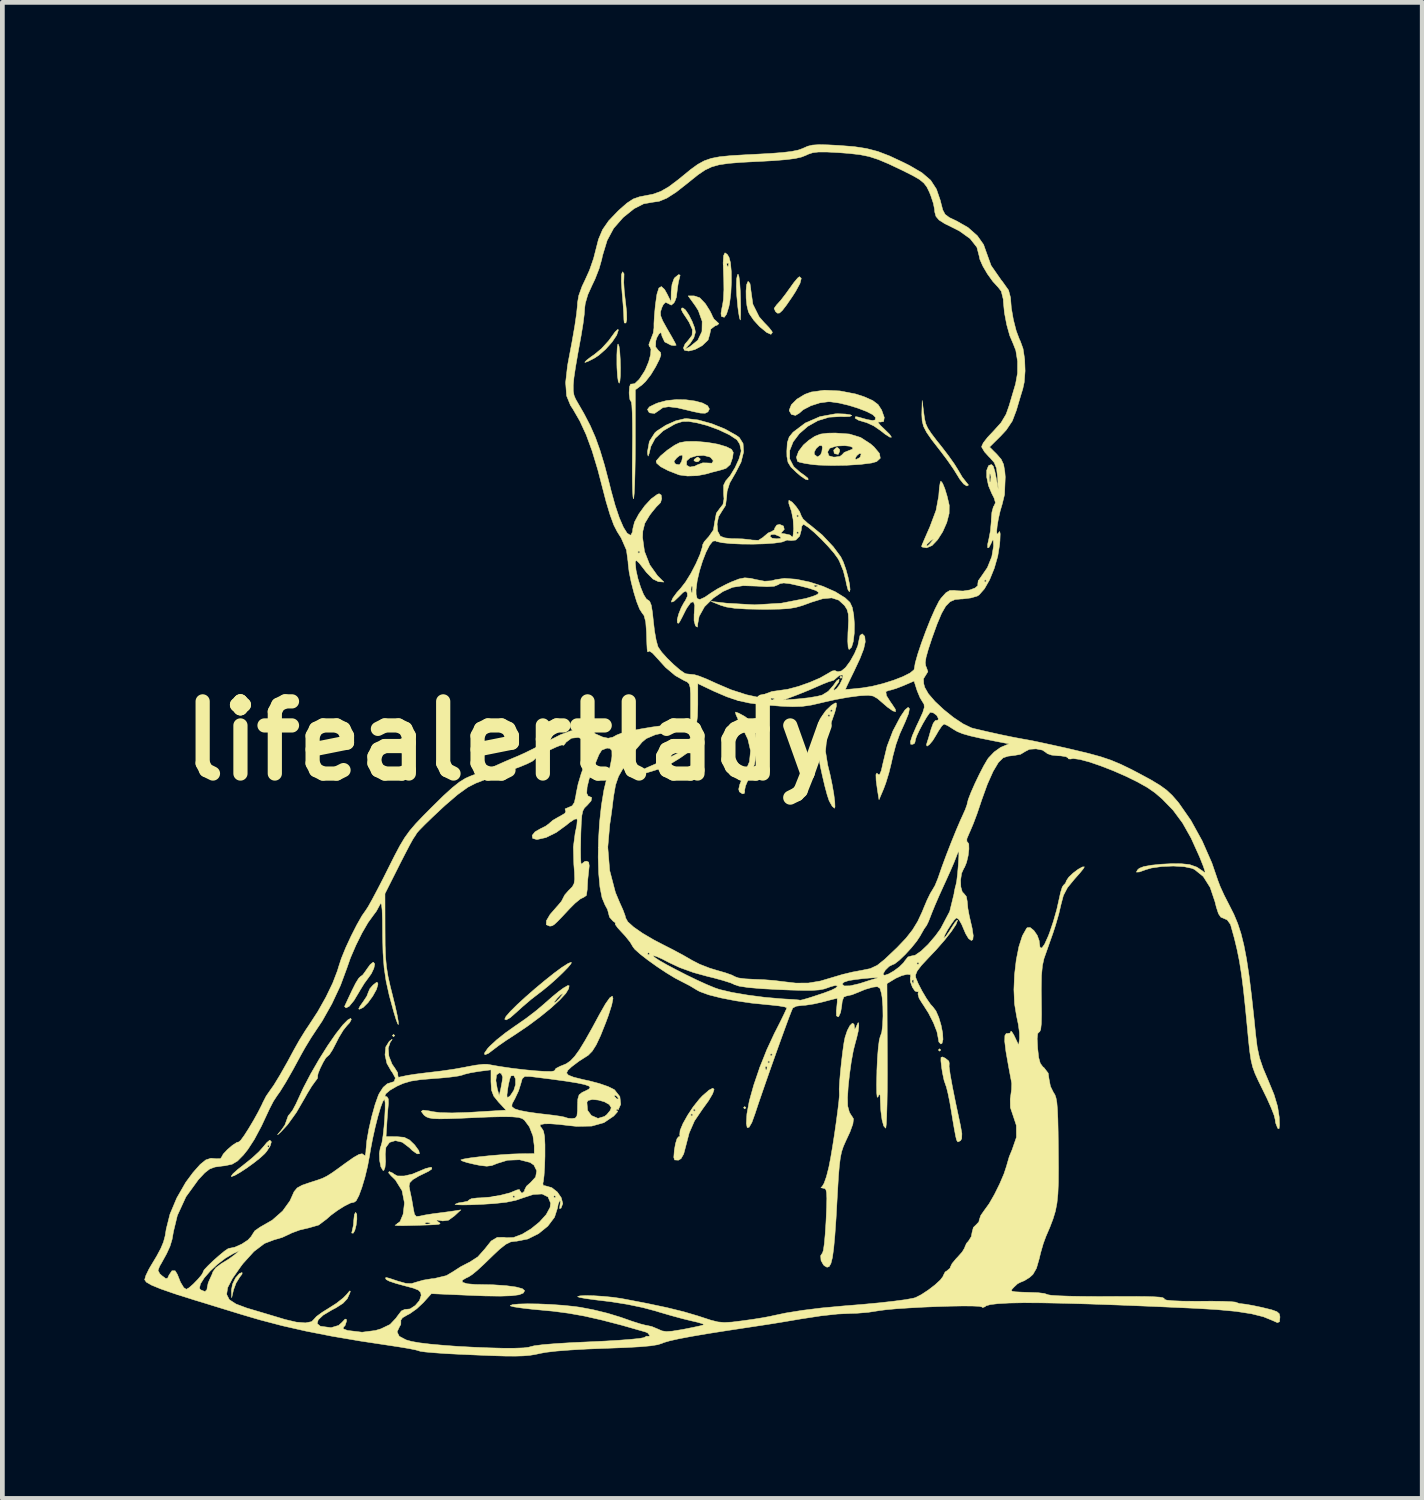
<source format=kicad_pcb>
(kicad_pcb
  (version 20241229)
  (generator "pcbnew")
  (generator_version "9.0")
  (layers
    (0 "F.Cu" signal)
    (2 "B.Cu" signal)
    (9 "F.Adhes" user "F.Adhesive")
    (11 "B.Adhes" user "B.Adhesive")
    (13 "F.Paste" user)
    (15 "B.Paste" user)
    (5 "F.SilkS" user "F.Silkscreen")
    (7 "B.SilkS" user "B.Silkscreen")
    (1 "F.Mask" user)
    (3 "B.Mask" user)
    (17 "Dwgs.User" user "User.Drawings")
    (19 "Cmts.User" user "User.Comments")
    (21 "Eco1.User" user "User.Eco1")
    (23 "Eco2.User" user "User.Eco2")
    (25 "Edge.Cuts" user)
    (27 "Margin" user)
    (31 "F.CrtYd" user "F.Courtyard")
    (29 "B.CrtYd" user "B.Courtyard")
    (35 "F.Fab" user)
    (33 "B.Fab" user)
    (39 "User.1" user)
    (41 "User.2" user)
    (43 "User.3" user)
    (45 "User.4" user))
  (footprint "lifealertlady"
    (layer "F.Cu")
    (at 7.725 12.597)
    (property "Reference" "lifealertlady" (at 0 0 0) (layer "F.SilkS") (effects (font (size 1.524 1.524) (thickness 0.3))))
    (attr through_hole)
    (fp_poly (pts (xy -2.438 6.223) (xy -2.464 6.248) (xy -2.489 6.223) (xy -2.464 6.198) (xy -2.438 6.223)) (stroke (width 0.01) (type solid)) (fill yes) (layer "F.SilkS"))
    (fp_poly (pts (xy 4.978 7.747) (xy 4.953 7.772) (xy 4.928 7.747) (xy 4.953 7.722) (xy 4.978 7.747)) (stroke (width 0.01) (type solid)) (fill yes) (layer "F.SilkS"))
    (fp_poly (pts (xy 7.01 -1.346) (xy 6.985 -1.321) (xy 6.96 -1.346) (xy 6.985 -1.372) (xy 7.01 -1.346)) (stroke (width 0.01) (type solid)) (fill yes) (layer "F.SilkS"))
    (fp_poly (pts (xy 9.093 6.528) (xy 9.068 6.553) (xy 9.042 6.528) (xy 9.068 6.502) (xy 9.093 6.528)) (stroke (width 0.01) (type solid)) (fill yes) (layer "F.SilkS"))
    (fp_poly (pts (xy 4.012 -5.956) (xy 4.013 -5.944) (xy 3.972 -5.899) (xy 3.934 -5.893) (xy 3.881 -5.917) (xy 3.886 -5.944) (xy 3.951 -5.992) (xy 3.965 -5.994) (xy 4.012 -5.956)) (stroke (width 0.01) (type solid)) (fill yes) (layer "F.SilkS"))
    (fp_poly (pts (xy 6.954 -6.156) (xy 6.96 -6.121) (xy 6.928 -6.051) (xy 6.858 -6.064) (xy 6.842 -6.078) (xy 6.832 -6.141) (xy 6.884 -6.192) (xy 6.912 -6.198) (xy 6.954 -6.156)) (stroke (width 0.01) (type solid)) (fill yes) (layer "F.SilkS"))
    (fp_poly (pts (xy -5.662 11.258) (xy -5.713 11.326) (xy -5.789 11.448) (xy -5.843 11.593) (xy -5.882 11.76) (xy -5.888 11.603) (xy -5.864 11.473) (xy -5.801 11.343) (xy -5.72 11.25) (xy -5.663 11.227) (xy -5.662 11.258)) (stroke (width 0.01) (type solid)) (fill yes) (layer "F.SilkS"))
    (fp_poly (pts (xy -3.24 10) (xy -3.238 10.103) (xy -3.254 10.229) (xy -3.282 10.34) (xy -3.316 10.397) (xy -3.348 10.393) (xy -3.336 10.342) (xy -3.311 10.225) (xy -3.302 10.105) (xy -3.29 10) (xy -3.263 9.957) (xy -3.24 10)) (stroke (width 0.01) (type solid)) (fill yes) (layer "F.SilkS"))
    (fp_poly (pts (xy 2.298 -8.336) (xy 2.314 -8.217) (xy 2.324 -8.055) (xy 2.329 -7.879) (xy 2.327 -7.717) (xy 2.317 -7.599) (xy 2.302 -7.554) (xy 2.283 -7.589) (xy 2.266 -7.704) (xy 2.255 -7.877) (xy 2.253 -7.955) (xy 2.253 -8.149) (xy 2.26 -8.297) (xy 2.273 -8.375) (xy 2.278 -8.382) (xy 2.298 -8.336)) (stroke (width 0.01) (type solid)) (fill yes) (layer "F.SilkS"))
    (fp_poly (pts (xy 4.831 -9.807) (xy 4.847 -9.68) (xy 4.859 -9.496) (xy 4.863 -9.372) (xy 4.867 -9.165) (xy 4.866 -9.002) (xy 4.862 -8.906) (xy 4.858 -8.89) (xy 4.842 -8.936) (xy 4.822 -9.053) (xy 4.808 -9.157) (xy 4.786 -9.392) (xy 4.777 -9.599) (xy 4.782 -9.757) (xy 4.8 -9.844) (xy 4.813 -9.855) (xy 4.831 -9.807)) (stroke (width 0.01) (type solid)) (fill yes) (layer "F.SilkS"))
    (fp_poly (pts (xy 2.286 -8.68) (xy 2.249 -8.569) (xy 2.152 -8.424) (xy 2.017 -8.273) (xy 1.869 -8.143) (xy 1.782 -8.086) (xy 1.661 -8.023) (xy 1.586 -7.994) (xy 1.575 -7.997) (xy 1.613 -8.039) (xy 1.711 -8.114) (xy 1.777 -8.159) (xy 1.929 -8.285) (xy 2.078 -8.449) (xy 2.133 -8.524) (xy 2.215 -8.637) (xy 2.271 -8.69) (xy 2.286 -8.68)) (stroke (width 0.01) (type solid)) (fill yes) (layer "F.SilkS"))
    (fp_poly (pts (xy -2.796 5.111) (xy -2.794 5.145) (xy -2.825 5.25) (xy -2.903 5.39) (xy -3.003 5.528) (xy -3.1 5.625) (xy -3.111 5.633) (xy -3.182 5.667) (xy -3.2 5.66) (xy -3.172 5.603) (xy -3.103 5.506) (xy -3.099 5.5) (xy -3.028 5.392) (xy -2.997 5.311) (xy -2.997 5.31) (xy -2.963 5.232) (xy -2.896 5.156) (xy -2.822 5.098) (xy -2.796 5.111)) (stroke (width 0.01) (type solid)) (fill yes) (layer "F.SilkS"))
    (fp_poly (pts (xy 6.147 -9.768) (xy 6.12 -9.662) (xy 6.03 -9.496) (xy 5.963 -9.391) (xy 5.834 -9.203) (xy 5.746 -9.089) (xy 5.687 -9.036) (xy 5.644 -9.033) (xy 5.604 -9.066) (xy 5.574 -9.134) (xy 5.627 -9.209) (xy 5.635 -9.217) (xy 5.714 -9.304) (xy 5.82 -9.442) (xy 5.899 -9.552) (xy 5.996 -9.686) (xy 6.073 -9.777) (xy 6.109 -9.804) (xy 6.147 -9.768)) (stroke (width 0.01) (type solid)) (fill yes) (layer "F.SilkS"))
    (fp_poly (pts (xy 2.404 -9.864) (xy 2.402 -9.789) (xy 2.398 -9.683) (xy 2.408 -9.512) (xy 2.43 -9.308) (xy 2.435 -9.271) (xy 2.459 -9.054) (xy 2.462 -8.898) (xy 2.444 -8.825) (xy 2.409 -8.827) (xy 2.401 -8.898) (xy 2.398 -9.002) (xy 2.387 -9.175) (xy 2.37 -9.387) (xy 2.363 -9.461) (xy 2.347 -9.702) (xy 2.35 -9.851) (xy 2.372 -9.906) (xy 2.374 -9.906) (xy 2.404 -9.864)) (stroke (width 0.01) (type solid)) (fill yes) (layer "F.SilkS"))
    (fp_poly (pts (xy 3.929 0.08) (xy 3.869 0.15) (xy 3.746 0.25) (xy 3.586 0.362) (xy 3.415 0.467) (xy 3.26 0.547) (xy 3.226 0.561) (xy 3.062 0.619) (xy 2.891 0.671) (xy 2.738 0.709) (xy 2.629 0.726) (xy 2.592 0.719) (xy 2.636 0.686) (xy 2.754 0.626) (xy 2.923 0.55) (xy 3.011 0.512) (xy 3.242 0.41) (xy 3.475 0.295) (xy 3.665 0.189) (xy 3.693 0.172) (xy 3.833 0.091) (xy 3.915 0.061) (xy 3.929 0.08)) (stroke (width 0.01) (type solid)) (fill yes) (layer "F.SilkS"))
    (fp_poly (pts (xy 5.064 -9.658) (xy 5.08 -9.55) (xy 5.08 -9.538) (xy 5.125 -9.222) (xy 5.258 -8.955) (xy 5.359 -8.84) (xy 5.463 -8.731) (xy 5.527 -8.649) (xy 5.537 -8.626) (xy 5.507 -8.586) (xy 5.42 -8.624) (xy 5.28 -8.739) (xy 5.263 -8.754) (xy 5.143 -8.886) (xy 5.052 -9.019) (xy 5.031 -9.063) (xy 5 -9.19) (xy 4.983 -9.348) (xy 4.981 -9.506) (xy 4.993 -9.634) (xy 5.02 -9.7) (xy 5.029 -9.703) (xy 5.064 -9.658)) (stroke (width 0.01) (type solid)) (fill yes) (layer "F.SilkS"))
    (fp_poly (pts (xy 1.285 4.704) (xy 1.22 4.783) (xy 1.11 4.896) (xy 0.972 5.027) (xy 0.824 5.158) (xy 0.681 5.275) (xy 0.61 5.329) (xy 0.441 5.459) (xy 0.254 5.619) (xy 0.145 5.718) (xy 0.001 5.845) (xy -0.085 5.893) (xy -0.116 5.877) (xy -0.089 5.82) (xy 0.003 5.714) (xy 0.146 5.572) (xy 0.325 5.408) (xy 0.524 5.234) (xy 0.728 5.064) (xy 0.922 4.909) (xy 1.091 4.784) (xy 1.22 4.702) (xy 1.29 4.674) (xy 1.285 4.704)) (stroke (width 0.01) (type solid)) (fill yes) (layer "F.SilkS"))
    (fp_poly (pts (xy 3.712 -7.204) (xy 3.903 -7.178) (xy 4.061 -7.136) (xy 4.168 -7.079) (xy 4.207 -7.01) (xy 4.176 -6.949) (xy 4.118 -6.92) (xy 4.018 -6.923) (xy 3.851 -6.958) (xy 3.789 -6.974) (xy 3.529 -7.035) (xy 3.346 -7.057) (xy 3.225 -7.039) (xy 3.15 -6.985) (xy 3.049 -6.916) (xy 2.949 -6.927) (xy 2.929 -6.943) (xy 2.899 -7) (xy 2.941 -7.055) (xy 3.067 -7.117) (xy 3.125 -7.14) (xy 3.305 -7.188) (xy 3.507 -7.208) (xy 3.712 -7.204)) (stroke (width 0.01) (type solid)) (fill yes) (layer "F.SilkS"))
    (fp_poly (pts (xy -2.861 4.711) (xy -2.879 4.802) (xy -2.933 4.916) (xy -2.996 5.004) (xy -3.08 5.118) (xy -3.169 5.263) (xy -3.18 5.283) (xy -3.3 5.483) (xy -3.401 5.605) (xy -3.467 5.639) (xy -3.498 5.61) (xy -3.495 5.601) (xy -3.466 5.538) (xy -3.407 5.411) (xy -3.341 5.271) (xy -3.265 5.119) (xy -3.2 5.014) (xy -3.163 4.978) (xy -3.111 4.939) (xy -3.041 4.842) (xy -3.031 4.826) (xy -2.957 4.724) (xy -2.895 4.674) (xy -2.889 4.674) (xy -2.861 4.711)) (stroke (width 0.01) (type solid)) (fill yes) (layer "F.SilkS"))
    (fp_poly (pts (xy 8.431 -0.681) (xy 8.412 -0.576) (xy 8.342 -0.402) (xy 8.338 -0.393) (xy 8.226 -0.145) (xy 8.147 0.075) (xy 8.082 0.319) (xy 8.052 0.456) (xy 7.999 0.673) (xy 7.933 0.888) (xy 7.886 1.014) (xy 7.789 1.242) (xy 7.756 1.04) (xy 7.728 0.835) (xy 7.724 0.713) (xy 7.744 0.679) (xy 7.768 0.706) (xy 7.801 0.713) (xy 7.837 0.628) (xy 7.871 0.477) (xy 7.96 0.111) (xy 8.083 -0.21) (xy 8.24 -0.508) (xy 8.338 -0.654) (xy 8.404 -0.709) (xy 8.431 -0.681)) (stroke (width 0.01) (type solid)) (fill yes) (layer "F.SilkS"))
    (fp_poly (pts (xy -5.044 8.467) (xy -5.069 8.553) (xy -5.141 8.666) (xy -5.184 8.717) (xy -5.282 8.807) (xy -5.416 8.913) (xy -5.564 9.02) (xy -5.706 9.113) (xy -5.82 9.178) (xy -5.885 9.201) (xy -5.893 9.194) (xy -5.855 9.142) (xy -5.755 9.052) (xy -5.615 8.942) (xy -5.614 8.941) (xy -5.451 8.81) (xy -5.306 8.676) (xy -5.224 8.584) (xy -5.203 8.56) (xy -5.131 8.56) (xy -5.105 8.585) (xy -5.08 8.56) (xy -5.105 8.534) (xy -5.131 8.56) (xy -5.203 8.56) (xy -5.142 8.485) (xy -5.082 8.435) (xy -5.075 8.433) (xy -5.044 8.467)) (stroke (width 0.01) (type solid)) (fill yes) (layer "F.SilkS"))
    (fp_poly (pts (xy 9.189 6.702) (xy 9.263 6.762) (xy 9.272 6.806) (xy 9.269 6.879) (xy 9.292 7.046) (xy 9.339 7.305) (xy 9.409 7.653) (xy 9.501 8.085) (xy 9.508 8.117) (xy 9.539 8.294) (xy 9.535 8.399) (xy 9.51 8.443) (xy 9.454 8.47) (xy 9.427 8.429) (xy 9.408 8.35) (xy 9.379 8.196) (xy 9.344 7.993) (xy 9.322 7.856) (xy 9.284 7.633) (xy 9.245 7.442) (xy 9.212 7.309) (xy 9.197 7.268) (xy 9.163 7.169) (xy 9.13 7.012) (xy 9.114 6.912) (xy 9.096 6.758) (xy 9.098 6.685) (xy 9.129 6.674) (xy 9.189 6.702)) (stroke (width 0.01) (type solid)) (fill yes) (layer "F.SilkS"))
    (fp_poly (pts (xy 4.585 -10.273) (xy 4.621 -10.214) (xy 4.652 -10.098) (xy 4.669 -9.912) (xy 4.671 -9.688) (xy 4.66 -9.456) (xy 4.634 -9.249) (xy 4.617 -9.166) (xy 4.568 -9.011) (xy 4.521 -8.946) (xy 4.467 -8.962) (xy 4.459 -8.97) (xy 4.452 -9.032) (xy 4.473 -9.152) (xy 4.482 -9.186) (xy 4.503 -9.323) (xy 4.513 -9.527) (xy 4.51 -9.761) (xy 4.506 -9.842) (xy 4.499 -10.058) (xy 4.572 -10.058) (xy 4.591 -10.017) (xy 4.606 -10.025) (xy 4.612 -10.085) (xy 4.606 -10.092) (xy 4.576 -10.085) (xy 4.572 -10.058) (xy 4.499 -10.058) (xy 4.497 -10.095) (xy 4.507 -10.249) (xy 4.536 -10.308) (xy 4.585 -10.273)) (stroke (width 0.01) (type solid)) (fill yes) (layer "F.SilkS"))
    (fp_poly (pts (xy 8.733 -6.934) (xy 8.751 -6.803) (xy 8.775 -6.701) (xy 8.818 -6.606) (xy 8.891 -6.494) (xy 9.006 -6.343) (xy 9.122 -6.198) (xy 9.257 -6.021) (xy 9.377 -5.852) (xy 9.457 -5.724) (xy 9.467 -5.707) (xy 9.546 -5.572) (xy 9.627 -5.468) (xy 9.629 -5.466) (xy 9.679 -5.404) (xy 9.65 -5.385) (xy 9.64 -5.385) (xy 9.576 -5.426) (xy 9.493 -5.53) (xy 9.45 -5.601) (xy 9.359 -5.747) (xy 9.229 -5.934) (xy 9.086 -6.124) (xy 9.068 -6.147) (xy 8.904 -6.358) (xy 8.795 -6.515) (xy 8.73 -6.641) (xy 8.7 -6.758) (xy 8.693 -6.89) (xy 8.694 -6.944) (xy 8.701 -7.188) (xy 8.733 -6.934)) (stroke (width 0.01) (type solid)) (fill yes) (layer "F.SilkS"))
    (fp_poly (pts (xy 7.077 -6.903) (xy 7.184 -6.887) (xy 7.214 -6.87) (xy 7.168 -6.851) (xy 7.054 -6.847) (xy 6.981 -6.85) (xy 6.733 -6.836) (xy 6.496 -6.763) (xy 6.283 -6.643) (xy 6.106 -6.489) (xy 5.975 -6.315) (xy 5.903 -6.133) (xy 5.902 -5.956) (xy 5.984 -5.798) (xy 6.003 -5.778) (xy 6.119 -5.675) (xy 6.224 -5.6) (xy 6.289 -5.545) (xy 6.291 -5.512) (xy 6.238 -5.524) (xy 6.138 -5.592) (xy 6.05 -5.666) (xy 5.928 -5.784) (xy 5.867 -5.883) (xy 5.844 -6.005) (xy 5.842 -6.12) (xy 5.852 -6.298) (xy 5.892 -6.418) (xy 5.974 -6.519) (xy 6.231 -6.713) (xy 6.541 -6.848) (xy 6.864 -6.907) (xy 6.919 -6.909) (xy 7.077 -6.903)) (stroke (width 0.01) (type solid)) (fill yes) (layer "F.SilkS"))
    (fp_poly (pts (xy 9.131 -5.442) (xy 9.179 -5.326) (xy 9.227 -5.169) (xy 9.267 -4.999) (xy 9.272 -4.974) (xy 9.27 -4.804) (xy 9.22 -4.611) (xy 9.134 -4.417) (xy 9.026 -4.248) (xy 8.91 -4.126) (xy 8.798 -4.078) (xy 8.785 -4.078) (xy 8.704 -4.093) (xy 8.687 -4.107) (xy 8.702 -4.149) (xy 8.798 -4.149) (xy 8.799 -4.116) (xy 8.808 -4.115) (xy 8.85 -4.15) (xy 8.896 -4.204) (xy 8.94 -4.264) (xy 8.914 -4.251) (xy 8.877 -4.223) (xy 8.798 -4.149) (xy 8.702 -4.149) (xy 8.706 -4.159) (xy 8.758 -4.281) (xy 8.832 -4.45) (xy 8.861 -4.515) (xy 8.994 -4.87) (xy 9.051 -5.179) (xy 9.052 -5.194) (xy 9.064 -5.351) (xy 9.082 -5.457) (xy 9.095 -5.486) (xy 9.131 -5.442)) (stroke (width 0.01) (type solid)) (fill yes) (layer "F.SilkS"))
    (fp_poly (pts (xy 4.827 -0.585) (xy 4.938 -0.525) (xy 4.961 -0.511) (xy 5.065 -0.429) (xy 5.133 -0.315) (xy 5.184 -0.136) (xy 5.184 -0.135) (xy 5.214 0.178) (xy 5.159 0.495) (xy 5.025 0.821) (xy 4.969 0.953) (xy 4.95 1.049) (xy 4.954 1.069) (xy 4.942 1.111) (xy 4.905 1.118) (xy 4.84 1.075) (xy 4.826 1.019) (xy 4.849 0.919) (xy 4.908 0.772) (xy 4.953 0.681) (xy 5.053 0.438) (xy 5.076 0.208) (xy 5.02 -0.033) (xy 4.9 -0.287) (xy 4.821 -0.436) (xy 4.991 -0.436) (xy 4.997 -0.383) (xy 5.035 -0.295) (xy 5.082 -0.221) (xy 5.106 -0.203) (xy 5.104 -0.243) (xy 5.071 -0.33) (xy 5.022 -0.416) (xy 4.991 -0.436) (xy 4.821 -0.436) (xy 4.818 -0.443) (xy 4.767 -0.557) (xy 4.757 -0.608) (xy 4.76 -0.609) (xy 4.827 -0.585)) (stroke (width 0.01) (type solid)) (fill yes) (layer "F.SilkS"))
    (fp_poly (pts (xy 1.245 5.171) (xy 1.234 5.233) (xy 1.174 5.333) (xy 1.044 5.473) (xy 0.858 5.643) (xy 0.632 5.827) (xy 0.38 6.015) (xy 0.119 6.192) (xy 0.076 6.22) (xy -0.093 6.33) (xy -0.24 6.432) (xy -0.33 6.5) (xy -0.46 6.599) (xy -0.534 6.629) (xy -0.544 6.595) (xy -0.479 6.5) (xy -0.432 6.449) (xy -0.286 6.314) (xy -0.092 6.16) (xy 0.109 6.018) (xy 0.123 6.009) (xy 0.334 5.862) (xy 0.552 5.695) (xy 0.73 5.544) (xy 0.732 5.542) (xy 0.738 5.537) (xy 0.924 5.537) (xy 0.973 5.504) (xy 1.041 5.436) (xy 1.1 5.362) (xy 1.108 5.334) (xy 1.059 5.367) (xy 0.991 5.436) (xy 0.932 5.509) (xy 0.924 5.537) (xy 0.738 5.537) (xy 0.886 5.406) (xy 1.03 5.288) (xy 1.125 5.219) (xy 1.217 5.166) (xy 1.245 5.171)) (stroke (width 0.01) (type solid)) (fill yes) (layer "F.SilkS"))
    (fp_poly (pts (xy 4.306 7.362) (xy 4.275 7.453) (xy 4.189 7.599) (xy 4.064 7.772) (xy 3.892 8.025) (xy 3.78 8.28) (xy 3.712 8.542) (xy 3.664 8.723) (xy 3.608 8.822) (xy 3.553 8.855) (xy 3.472 8.85) (xy 3.455 8.796) (xy 3.466 8.648) (xy 3.491 8.505) (xy 3.524 8.399) (xy 3.557 8.359) (xy 3.562 8.36) (xy 3.587 8.349) (xy 3.58 8.32) (xy 3.588 8.228) (xy 3.648 8.083) (xy 3.746 7.908) (xy 3.752 7.899) (xy 3.81 7.899) (xy 3.835 7.925) (xy 3.861 7.899) (xy 3.835 7.874) (xy 3.81 7.899) (xy 3.752 7.899) (xy 3.819 7.798) (xy 3.861 7.798) (xy 3.886 7.823) (xy 3.912 7.798) (xy 3.886 7.772) (xy 3.861 7.798) (xy 3.819 7.798) (xy 3.866 7.727) (xy 3.996 7.564) (xy 4.06 7.496) (xy 4.198 7.376) (xy 4.28 7.334) (xy 4.306 7.362)) (stroke (width 0.01) (type solid)) (fill yes) (layer "F.SilkS"))
    (fp_poly (pts (xy -3.356 5.885) (xy -3.391 5.951) (xy -3.451 6.016) (xy -3.526 6.11) (xy -3.617 6.26) (xy -3.678 6.38) (xy -3.754 6.526) (xy -3.819 6.626) (xy -3.852 6.655) (xy -3.894 6.694) (xy -3.952 6.791) (xy -4.011 6.91) (xy -4.056 7.02) (xy -4.069 7.086) (xy -4.064 7.092) (xy -4.073 7.131) (xy -4.122 7.196) (xy -4.192 7.293) (xy -4.283 7.442) (xy -4.34 7.544) (xy -4.518 7.85) (xy -4.7 8.103) (xy -4.84 8.255) (xy -4.91 8.318) (xy -4.913 8.315) (xy -4.851 8.242) (xy -4.837 8.226) (xy -4.759 8.114) (xy -4.725 8.021) (xy -4.724 8.017) (xy -4.688 7.917) (xy -4.656 7.881) (xy -4.595 7.801) (xy -4.524 7.667) (xy -4.497 7.608) (xy -4.369 7.33) (xy -4.212 7.03) (xy -4.037 6.727) (xy -3.857 6.44) (xy -3.685 6.191) (xy -3.533 5.997) (xy -3.432 5.895) (xy -3.368 5.859) (xy -3.356 5.885)) (stroke (width 0.01) (type solid)) (fill yes) (layer "F.SilkS"))
    (fp_poly (pts (xy 4.002 -9.359) (xy 4.121 -9.234) (xy 4.138 -9.208) (xy 4.216 -9.084) (xy 4.262 -8.993) (xy 4.267 -8.973) (xy 4.304 -8.908) (xy 4.353 -8.864) (xy 4.407 -8.813) (xy 4.374 -8.782) (xy 4.327 -8.766) (xy 4.237 -8.697) (xy 4.216 -8.594) (xy 4.179 -8.467) (xy 4.058 -8.351) (xy 4.048 -8.344) (xy 3.9 -8.265) (xy 3.77 -8.233) (xy 3.681 -8.249) (xy 3.658 -8.298) (xy 3.692 -8.381) (xy 3.759 -8.458) (xy 3.841 -8.566) (xy 3.848 -8.686) (xy 3.778 -8.842) (xy 3.734 -8.911) (xy 3.646 -9.044) (xy 3.612 -9.115) (xy 3.624 -9.141) (xy 3.648 -9.144) (xy 3.702 -9.101) (xy 3.773 -8.995) (xy 3.842 -8.859) (xy 3.894 -8.724) (xy 3.912 -8.632) (xy 3.878 -8.513) (xy 3.798 -8.391) (xy 3.797 -8.391) (xy 3.683 -8.267) (xy 3.795 -8.325) (xy 3.962 -8.462) (xy 4.05 -8.647) (xy 4.054 -8.862) (xy 3.973 -9.089) (xy 3.911 -9.187) (xy 3.759 -9.398) (xy 3.884 -9.398) (xy 4.002 -9.359)) (stroke (width 0.01) (type solid)) (fill yes) (layer "F.SilkS"))
    (fp_poly (pts (xy 6.961 -7.391) (xy 7.294 -7.327) (xy 7.475 -7.268) (xy 7.656 -7.188) (xy 7.769 -7.103) (xy 7.843 -6.989) (xy 7.846 -6.983) (xy 7.9 -6.83) (xy 7.886 -6.745) (xy 7.807 -6.732) (xy 7.783 -6.739) (xy 7.769 -6.725) (xy 7.82 -6.661) (xy 7.899 -6.586) (xy 8.015 -6.472) (xy 8.052 -6.414) (xy 8.016 -6.415) (xy 7.916 -6.479) (xy 7.823 -6.553) (xy 7.674 -6.655) (xy 7.519 -6.725) (xy 7.48 -6.735) (xy 7.357 -6.772) (xy 7.285 -6.816) (xy 7.283 -6.818) (xy 7.294 -6.848) (xy 7.347 -6.84) (xy 7.541 -6.786) (xy 7.655 -6.766) (xy 7.708 -6.779) (xy 7.715 -6.825) (xy 7.714 -6.833) (xy 7.659 -6.889) (xy 7.529 -6.956) (xy 7.349 -7.025) (xy 7.146 -7.088) (xy 6.943 -7.136) (xy 6.767 -7.161) (xy 6.72 -7.163) (xy 6.538 -7.139) (xy 6.346 -7.077) (xy 6.186 -6.993) (xy 6.111 -6.926) (xy 6.026 -6.874) (xy 5.939 -6.894) (xy 5.893 -6.973) (xy 5.893 -6.986) (xy 5.938 -7.1) (xy 6.056 -7.218) (xy 6.223 -7.319) (xy 6.357 -7.368) (xy 6.635 -7.406) (xy 6.961 -7.391)) (stroke (width 0.01) (type solid)) (fill yes) (layer "F.SilkS"))
    (fp_poly (pts (xy 4.163 -6.304) (xy 4.386 -6.266) (xy 4.563 -6.213) (xy 4.674 -6.157) (xy 4.711 -6.092) (xy 4.696 -5.98) (xy 4.646 -5.835) (xy 4.557 -5.755) (xy 4.42 -5.713) (xy 4.275 -5.677) (xy 4.137 -5.637) (xy 3.951 -5.601) (xy 3.746 -5.594) (xy 3.574 -5.616) (xy 3.556 -5.622) (xy 3.336 -5.708) (xy 3.176 -5.792) (xy 3.091 -5.867) (xy 3.085 -5.906) (xy 3.459 -5.906) (xy 3.478 -5.86) (xy 3.505 -5.842) (xy 3.575 -5.831) (xy 3.62 -5.902) (xy 3.622 -5.91) (xy 3.724 -5.91) (xy 3.725 -5.823) (xy 3.794 -5.783) (xy 3.9 -5.802) (xy 3.943 -5.825) (xy 4.066 -5.872) (xy 4.159 -5.87) (xy 4.259 -5.865) (xy 4.29 -5.913) (xy 4.238 -5.981) (xy 4.212 -5.997) (xy 4.085 -6.029) (xy 3.934 -6.021) (xy 3.801 -5.98) (xy 3.725 -5.913) (xy 3.724 -5.91) (xy 3.622 -5.91) (xy 3.641 -5.998) (xy 3.632 -6.037) (xy 3.58 -6.027) (xy 3.517 -5.977) (xy 3.459 -5.906) (xy 3.085 -5.906) (xy 3.084 -5.913) (xy 3.174 -6.018) (xy 3.317 -6.139) (xy 3.473 -6.245) (xy 3.58 -6.299) (xy 3.724 -6.324) (xy 3.93 -6.325) (xy 4.163 -6.304)) (stroke (width 0.01) (type solid)) (fill yes) (layer "F.SilkS"))
    (fp_poly (pts (xy 6.887 -0.8) (xy 6.889 -0.738) (xy 6.857 -0.609) (xy 6.798 -0.439) (xy 6.79 -0.418) (xy 6.686 -0.08) (xy 6.659 0.221) (xy 6.705 0.508) (xy 6.755 0.71) (xy 6.799 0.922) (xy 6.834 1.122) (xy 6.855 1.287) (xy 6.859 1.394) (xy 6.848 1.422) (xy 6.8 1.38) (xy 6.742 1.277) (xy 6.733 1.257) (xy 6.694 1.139) (xy 6.643 0.95) (xy 6.589 0.719) (xy 6.552 0.549) (xy 6.489 0.2) (xy 6.466 -0.073) (xy 6.469 -0.102) (xy 6.561 -0.102) (xy 6.569 -0.029) (xy 6.587 -0.038) (xy 6.594 -0.142) (xy 6.587 -0.165) (xy 6.568 -0.171) (xy 6.561 -0.102) (xy 6.469 -0.102) (xy 6.485 -0.289) (xy 6.534 -0.432) (xy 6.655 -0.432) (xy 6.68 -0.406) (xy 6.706 -0.432) (xy 6.68 -0.457) (xy 6.655 -0.432) (xy 6.534 -0.432) (xy 6.546 -0.466) (xy 6.592 -0.533) (xy 6.706 -0.533) (xy 6.731 -0.508) (xy 6.756 -0.533) (xy 6.731 -0.559) (xy 6.706 -0.533) (xy 6.592 -0.533) (xy 6.653 -0.622) (xy 6.665 -0.635) (xy 6.756 -0.635) (xy 6.782 -0.61) (xy 6.807 -0.635) (xy 6.782 -0.66) (xy 6.756 -0.635) (xy 6.665 -0.635) (xy 6.68 -0.652) (xy 6.784 -0.752) (xy 6.863 -0.801) (xy 6.887 -0.8)) (stroke (width 0.01) (type solid)) (fill yes) (layer "F.SilkS"))
    (fp_poly (pts (xy 7.164 -6.481) (xy 7.399 -6.409) (xy 7.608 -6.274) (xy 7.684 -6.208) (xy 7.798 -6.072) (xy 7.816 -5.97) (xy 7.739 -5.899) (xy 7.633 -5.869) (xy 7.397 -5.839) (xy 7.103 -5.821) (xy 6.793 -5.816) (xy 6.51 -5.825) (xy 6.392 -5.835) (xy 6.229 -5.859) (xy 6.109 -5.886) (xy 6.068 -5.903) (xy 6.054 -5.957) (xy 7.283 -5.957) (xy 7.306 -5.944) (xy 7.38 -5.981) (xy 7.393 -5.998) (xy 7.413 -6.064) (xy 7.373 -6.069) (xy 7.316 -6.021) (xy 7.283 -5.957) (xy 6.054 -5.957) (xy 6.045 -5.991) (xy 6.086 -6.101) (xy 6.421 -6.101) (xy 6.423 -6.05) (xy 6.49 -5.997) (xy 6.553 -6.04) (xy 6.577 -6.094) (xy 6.706 -6.094) (xy 6.731 -6.021) (xy 6.822 -5.995) (xy 6.858 -5.994) (xy 6.965 -6.009) (xy 7.01 -6.044) (xy 7.01 -6.044) (xy 7.054 -6.092) (xy 7.14 -6.127) (xy 7.23 -6.162) (xy 7.235 -6.196) (xy 7.174 -6.223) (xy 7.062 -6.235) (xy 6.917 -6.228) (xy 6.871 -6.221) (xy 6.748 -6.181) (xy 6.706 -6.107) (xy 6.706 -6.094) (xy 6.577 -6.094) (xy 6.58 -6.1) (xy 6.594 -6.197) (xy 6.582 -6.237) (xy 6.528 -6.235) (xy 6.464 -6.178) (xy 6.421 -6.101) (xy 6.086 -6.101) (xy 6.091 -6.115) (xy 6.192 -6.249) (xy 6.308 -6.35) (xy 6.436 -6.434) (xy 6.555 -6.48) (xy 6.704 -6.499) (xy 6.868 -6.502) (xy 7.164 -6.481)) (stroke (width 0.01) (type solid)) (fill yes) (layer "F.SilkS"))
    (fp_poly (pts (xy -1.66 9.008) (xy -1.655 9.041) (xy -1.727 9.091) (xy -1.727 9.091) (xy -1.931 9.19) (xy -2.057 9.265) (xy -2.12 9.33) (xy -2.136 9.402) (xy -2.119 9.496) (xy -2.118 9.501) (xy -2.08 9.679) (xy -2.048 9.866) (xy -2.047 9.872) (xy -2.022 9.997) (xy -1.983 10.044) (xy -1.912 10.037) (xy -1.794 10.012) (xy -1.63 9.986) (xy -1.575 9.979) (xy -1.394 9.956) (xy -1.229 9.933) (xy -1.194 9.928) (xy -1.041 9.904) (xy -1.18 10.033) (xy -1.305 10.123) (xy -1.426 10.138) (xy -1.46 10.132) (xy -1.548 10.118) (xy -1.547 10.137) (xy -1.524 10.155) (xy -1.49 10.18) (xy -1.48 10.197) (xy -1.509 10.209) (xy -1.591 10.217) (xy -1.741 10.224) (xy -1.972 10.231) (xy -2.083 10.234) (xy -2.264 10.238) (xy -2.387 10.236) (xy -2.432 10.229) (xy -2.423 10.225) (xy -2.389 10.199) (xy -1.807 10.199) (xy -1.757 10.207) (xy -1.691 10.197) (xy -1.69 10.18) (xy -1.758 10.168) (xy -1.788 10.176) (xy -1.807 10.199) (xy -2.389 10.199) (xy -2.326 10.151) (xy -2.261 9.995) (xy -2.235 9.774) (xy -2.235 9.749) (xy -2.284 9.499) (xy -2.425 9.272) (xy -2.515 9.184) (xy -2.569 9.121) (xy -2.556 9.095) (xy -2.475 9.13) (xy -2.464 9.144) (xy -2.382 9.188) (xy -2.24 9.189) (xy -2.066 9.149) (xy -1.925 9.09) (xy -1.788 9.032) (xy -1.684 9.006) (xy -1.66 9.008)) (stroke (width 0.01) (type solid)) (fill yes) (layer "F.SilkS"))
    (fp_poly (pts (xy 7.36 5.972) (xy 7.362 6.023) (xy 7.349 6.135) (xy 7.312 6.292) (xy 7.294 6.354) (xy 7.247 6.537) (xy 7.203 6.777) (xy 7.166 7.043) (xy 7.138 7.304) (xy 7.124 7.532) (xy 7.127 7.696) (xy 7.129 7.717) (xy 7.164 7.845) (xy 7.212 7.923) (xy 7.216 7.926) (xy 7.25 7.982) (xy 7.237 8.09) (xy 7.175 8.261) (xy 7.081 8.463) (xy 7.035 8.568) (xy 6.999 8.676) (xy 6.972 8.806) (xy 6.951 8.976) (xy 6.932 9.205) (xy 6.914 9.51) (xy 6.907 9.632) (xy 6.882 10.083) (xy 6.857 10.441) (xy 6.832 10.714) (xy 6.805 10.91) (xy 6.773 11.037) (xy 6.735 11.103) (xy 6.691 11.116) (xy 6.636 11.085) (xy 6.614 11.064) (xy 6.564 10.973) (xy 6.557 10.872) (xy 6.596 10.812) (xy 6.614 10.758) (xy 6.634 10.621) (xy 6.652 10.422) (xy 6.668 10.179) (xy 6.671 10.122) (xy 6.683 9.848) (xy 6.687 9.661) (xy 6.682 9.543) (xy 6.668 9.478) (xy 6.642 9.452) (xy 6.615 9.448) (xy 6.562 9.436) (xy 6.59 9.408) (xy 6.629 9.342) (xy 6.678 9.204) (xy 6.725 9.021) (xy 6.732 8.99) (xy 6.768 8.805) (xy 6.807 8.574) (xy 6.847 8.318) (xy 6.884 8.06) (xy 6.916 7.821) (xy 6.94 7.622) (xy 6.952 7.484) (xy 6.951 7.433) (xy 6.948 7.352) (xy 6.957 7.197) (xy 6.974 6.994) (xy 6.997 6.772) (xy 7.023 6.556) (xy 7.049 6.374) (xy 7.071 6.263) (xy 7.119 6.118) (xy 7.175 6.012) (xy 7.227 5.962) (xy 7.261 5.983) (xy 7.268 6.026) (xy 7.275 6.09) (xy 7.297 6.062) (xy 7.315 6.02) (xy 7.349 5.948) (xy 7.36 5.972)) (stroke (width 0.01) (type solid)) (fill yes) (layer "F.SilkS"))
    (fp_poly (pts (xy 3.589 -9.836) (xy 3.577 -9.787) (xy 3.552 -9.687) (xy 3.534 -9.571) (xy 3.519 -9.447) (xy 3.51 -9.373) (xy 3.479 -9.288) (xy 3.457 -9.249) (xy 3.402 -9.203) (xy 3.338 -9.237) (xy 3.28 -9.263) (xy 3.232 -9.213) (xy 3.202 -9.149) (xy 3.174 -9.061) (xy 3.178 -8.979) (xy 3.22 -8.872) (xy 3.309 -8.712) (xy 3.323 -8.688) (xy 3.413 -8.532) (xy 3.478 -8.414) (xy 3.505 -8.358) (xy 3.505 -8.357) (xy 3.463 -8.349) (xy 3.395 -8.358) (xy 3.262 -8.426) (xy 3.203 -8.553) (xy 3.201 -8.575) (xy 3.183 -8.624) (xy 3.142 -8.597) (xy 3.096 -8.514) (xy 3.075 -8.448) (xy 3.07 -8.322) (xy 3.129 -8.245) (xy 3.175 -8.203) (xy 3.183 -8.149) (xy 3.151 -8.058) (xy 3.074 -7.905) (xy 3.073 -7.903) (xy 2.97 -7.733) (xy 2.856 -7.587) (xy 2.785 -7.52) (xy 2.642 -7.414) (xy 2.642 -6.275) (xy 2.64 -5.946) (xy 2.635 -5.651) (xy 2.628 -5.407) (xy 2.619 -5.228) (xy 2.609 -5.128) (xy 2.603 -5.113) (xy 2.593 -5.154) (xy 2.585 -5.282) (xy 2.58 -5.482) (xy 2.578 -5.74) (xy 2.58 -6.042) (xy 2.581 -6.126) (xy 2.584 -6.438) (xy 2.582 -6.713) (xy 2.577 -6.934) (xy 2.569 -7.088) (xy 2.558 -7.16) (xy 2.554 -7.163) (xy 2.528 -7.208) (xy 2.513 -7.32) (xy 2.512 -7.362) (xy 2.521 -7.481) (xy 2.544 -7.536) (xy 2.554 -7.535) (xy 2.629 -7.544) (xy 2.726 -7.637) (xy 2.834 -7.802) (xy 2.857 -7.845) (xy 2.924 -8.005) (xy 2.965 -8.157) (xy 2.973 -8.274) (xy 2.946 -8.33) (xy 2.937 -8.331) (xy 2.928 -8.37) (xy 2.962 -8.464) (xy 2.97 -8.481) (xy 3.021 -8.613) (xy 3.036 -8.721) (xy 3.036 -8.722) (xy 3.036 -8.815) (xy 3.045 -8.977) (xy 3.063 -9.174) (xy 3.066 -9.207) (xy 3.099 -9.435) (xy 3.14 -9.564) (xy 3.193 -9.596) (xy 3.26 -9.534) (xy 3.315 -9.436) (xy 3.397 -9.271) (xy 3.4 -9.491) (xy 3.418 -9.644) (xy 3.46 -9.761) (xy 3.476 -9.783) (xy 3.557 -9.848) (xy 3.589 -9.836)) (stroke (width 0.01) (type solid)) (fill yes) (layer "F.SilkS"))
    (fp_poly (pts (xy 3.97 -6.778) (xy 4.256 -6.699) (xy 4.538 -6.585) (xy 4.776 -6.452) (xy 4.839 -6.406) (xy 4.918 -6.28) (xy 4.929 -6.101) (xy 4.875 -5.886) (xy 4.757 -5.657) (xy 4.75 -5.646) (xy 4.635 -5.445) (xy 4.581 -5.274) (xy 4.572 -5.16) (xy 4.548 -4.972) (xy 4.47 -4.851) (xy 4.4 -4.736) (xy 4.369 -4.581) (xy 4.381 -4.43) (xy 4.437 -4.324) (xy 4.439 -4.323) (xy 4.53 -4.288) (xy 4.676 -4.271) (xy 4.731 -4.271) (xy 4.911 -4.266) (xy 5.077 -4.248) (xy 5.107 -4.242) (xy 5.242 -4.236) (xy 5.344 -4.301) (xy 5.356 -4.314) (xy 5.361 -4.318) (xy 5.486 -4.318) (xy 5.53 -4.281) (xy 5.626 -4.268) (xy 5.715 -4.276) (xy 5.712 -4.302) (xy 5.69 -4.318) (xy 5.582 -4.363) (xy 5.505 -4.355) (xy 5.486 -4.318) (xy 5.361 -4.318) (xy 5.449 -4.392) (xy 5.52 -4.42) (xy 5.58 -4.46) (xy 5.588 -4.496) (xy 5.63 -4.558) (xy 5.69 -4.572) (xy 5.771 -4.538) (xy 5.788 -4.467) (xy 5.732 -4.404) (xy 5.728 -4.402) (xy 5.723 -4.383) (xy 5.8 -4.373) (xy 5.907 -4.349) (xy 5.956 -4.306) (xy 5.97 -4.313) (xy 5.98 -4.394) (xy 6.045 -4.394) (xy 6.071 -4.369) (xy 6.096 -4.394) (xy 6.071 -4.42) (xy 6.045 -4.394) (xy 5.98 -4.394) (xy 5.981 -4.401) (xy 5.986 -4.484) (xy 5.975 -4.675) (xy 5.96 -4.75) (xy 6.045 -4.75) (xy 6.071 -4.724) (xy 6.096 -4.75) (xy 6.071 -4.775) (xy 6.045 -4.75) (xy 5.96 -4.75) (xy 5.938 -4.857) (xy 5.921 -4.903) (xy 5.884 -5.015) (xy 5.884 -5.076) (xy 5.892 -5.08) (xy 5.955 -5.041) (xy 6.037 -4.95) (xy 6.111 -4.843) (xy 6.146 -4.756) (xy 6.147 -4.75) (xy 6.185 -4.686) (xy 6.283 -4.596) (xy 6.345 -4.55) (xy 6.589 -4.349) (xy 6.824 -4.099) (xy 6.981 -3.887) (xy 7.035 -3.777) (xy 7.089 -3.625) (xy 7.135 -3.458) (xy 7.167 -3.306) (xy 7.178 -3.194) (xy 7.163 -3.15) (xy 7.162 -3.15) (xy 7.133 -3.195) (xy 7.102 -3.31) (xy 7.087 -3.39) (xy 7.036 -3.59) (xy 6.953 -3.794) (xy 6.924 -3.848) (xy 6.84 -3.965) (xy 6.715 -4.109) (xy 6.57 -4.261) (xy 6.423 -4.402) (xy 6.295 -4.51) (xy 6.205 -4.568) (xy 6.187 -4.572) (xy 6.156 -4.529) (xy 6.147 -4.451) (xy 6.113 -4.325) (xy 6.031 -4.242) (xy 5.929 -4.231) (xy 5.924 -4.233) (xy 5.843 -4.241) (xy 5.822 -4.231) (xy 5.741 -4.2) (xy 5.582 -4.177) (xy 5.37 -4.162) (xy 5.129 -4.155) (xy 4.883 -4.157) (xy 4.656 -4.167) (xy 4.472 -4.186) (xy 4.355 -4.213) (xy 4.336 -4.225) (xy 4.278 -4.217) (xy 4.209 -4.13) (xy 4.134 -3.983) (xy 4.061 -3.795) (xy 3.997 -3.588) (xy 3.949 -3.381) (xy 3.925 -3.194) (xy 3.926 -3.093) (xy 3.948 -3.006) (xy 4.005 -2.986) (xy 4.11 -3.034) (xy 4.242 -3.125) (xy 4.379 -3.211) (xy 4.559 -3.305) (xy 4.666 -3.355) (xy 4.832 -3.42) (xy 4.954 -3.444) (xy 5.079 -3.433) (xy 5.184 -3.408) (xy 5.372 -3.372) (xy 5.519 -3.381) (xy 5.598 -3.404) (xy 5.791 -3.433) (xy 6.042 -3.414) (xy 6.323 -3.355) (xy 6.606 -3.264) (xy 6.866 -3.149) (xy 7.074 -3.02) (xy 7.174 -2.926) (xy 7.224 -2.819) (xy 7.255 -2.658) (xy 7.269 -2.467) (xy 7.266 -2.274) (xy 7.246 -2.102) (xy 7.21 -1.98) (xy 7.158 -1.93) (xy 7.156 -1.93) (xy 7.137 -1.977) (xy 7.129 -2.104) (xy 7.133 -2.289) (xy 7.136 -2.331) (xy 7.146 -2.542) (xy 7.14 -2.68) (xy 7.114 -2.775) (xy 7.064 -2.855) (xy 7.06 -2.86) (xy 6.939 -2.972) (xy 6.792 -3.02) (xy 6.602 -3.003) (xy 6.349 -2.925) (xy 6.322 -2.914) (xy 6.165 -2.857) (xy 6.026 -2.818) (xy 5.879 -2.794) (xy 5.696 -2.783) (xy 5.452 -2.779) (xy 5.309 -2.779) (xy 4.983 -2.785) (xy 4.741 -2.801) (xy 4.564 -2.828) (xy 4.445 -2.864) (xy 4.242 -2.946) (xy 4.572 -2.908) (xy 5.161 -2.874) (xy 5.726 -2.908) (xy 6.241 -3.008) (xy 6.388 -3.052) (xy 6.49 -3.094) (xy 6.516 -3.133) (xy 6.461 -3.174) (xy 6.318 -3.222) (xy 6.108 -3.276) (xy 6.065 -3.285) (xy 6.418 -3.285) (xy 6.425 -3.255) (xy 6.452 -3.251) (xy 6.493 -3.27) (xy 6.485 -3.285) (xy 6.425 -3.291) (xy 6.418 -3.285) (xy 6.065 -3.285) (xy 5.906 -3.32) (xy 5.777 -3.335) (xy 5.697 -3.322) (xy 5.662 -3.3) (xy 5.577 -3.266) (xy 5.423 -3.257) (xy 5.203 -3.269) (xy 4.921 -3.278) (xy 4.697 -3.244) (xy 4.493 -3.155) (xy 4.29 -3.017) (xy 4.103 -2.833) (xy 3.99 -2.63) (xy 3.962 -2.479) (xy 3.954 -2.403) (xy 3.924 -2.419) (xy 3.91 -2.438) (xy 3.883 -2.538) (xy 3.884 -2.679) (xy 3.886 -2.692) (xy 3.897 -2.862) (xy 3.87 -2.939) (xy 3.812 -2.921) (xy 3.73 -2.806) (xy 3.704 -2.758) (xy 3.625 -2.601) (xy 3.58 -2.517) (xy 3.556 -2.485) (xy 3.541 -2.487) (xy 3.53 -2.498) (xy 3.527 -2.562) (xy 3.558 -2.68) (xy 3.612 -2.814) (xy 3.674 -2.928) (xy 3.696 -2.957) (xy 3.744 -3.059) (xy 3.74 -3.126) (xy 3.709 -3.164) (xy 3.653 -3.137) (xy 3.556 -3.04) (xy 3.463 -2.952) (xy 3.41 -2.93) (xy 3.404 -2.946) (xy 3.437 -3.021) (xy 3.522 -3.136) (xy 3.581 -3.2) (xy 3.818 -3.2) (xy 3.826 -3.128) (xy 3.844 -3.137) (xy 3.85 -3.241) (xy 3.844 -3.264) (xy 3.825 -3.27) (xy 3.818 -3.2) (xy 3.581 -3.2) (xy 3.602 -3.224) (xy 3.704 -3.356) (xy 3.817 -3.539) (xy 3.923 -3.743) (xy 4.009 -3.939) (xy 4.058 -4.095) (xy 4.065 -4.144) (xy 4.099 -4.208) (xy 4.182 -4.301) (xy 4.192 -4.311) (xy 4.292 -4.455) (xy 4.318 -4.62) (xy 4.354 -4.81) (xy 4.425 -4.907) (xy 4.494 -4.995) (xy 4.515 -5.11) (xy 4.507 -5.219) (xy 4.507 -5.4) (xy 4.551 -5.49) (xy 4.648 -5.604) (xy 4.748 -5.77) (xy 4.83 -5.949) (xy 4.874 -6.1) (xy 4.877 -6.135) (xy 4.847 -6.27) (xy 4.788 -6.36) (xy 4.628 -6.465) (xy 4.404 -6.571) (xy 4.152 -6.663) (xy 3.948 -6.716) (xy 3.769 -6.747) (xy 3.64 -6.745) (xy 3.516 -6.707) (xy 3.466 -6.685) (xy 3.232 -6.55) (xy 3.061 -6.389) (xy 2.971 -6.22) (xy 2.968 -6.209) (xy 2.933 -6.065) (xy 2.913 -6.015) (xy 2.902 -6.056) (xy 2.9 -6.112) (xy 2.939 -6.324) (xy 3.054 -6.505) (xy 3.094 -6.542) (xy 3.286 -6.666) (xy 3.497 -6.76) (xy 3.687 -6.805) (xy 3.723 -6.807) (xy 3.97 -6.778)) (stroke (width 0.01) (type solid)) (fill yes) (layer "F.SilkS"))
    (fp_poly (pts (xy 6.706 -12.588) (xy 6.953 -12.575) (xy 7.267 -12.55) (xy 7.527 -12.51) (xy 7.765 -12.448) (xy 8.013 -12.353) (xy 8.303 -12.217) (xy 8.433 -12.152) (xy 8.696 -11.998) (xy 8.88 -11.84) (xy 9.002 -11.652) (xy 9.084 -11.413) (xy 9.096 -11.363) (xy 9.135 -11.213) (xy 9.185 -11.119) (xy 9.275 -11.052) (xy 9.429 -10.979) (xy 9.669 -10.842) (xy 9.865 -10.669) (xy 9.997 -10.482) (xy 10.035 -10.375) (xy 10.156 -10.039) (xy 10.372 -9.728) (xy 10.387 -9.712) (xy 10.525 -9.518) (xy 10.566 -9.363) (xy 10.583 -9.145) (xy 10.626 -8.898) (xy 10.686 -8.662) (xy 10.755 -8.478) (xy 10.773 -8.443) (xy 10.831 -8.282) (xy 10.865 -8.059) (xy 10.874 -7.812) (xy 10.856 -7.576) (xy 10.826 -7.437) (xy 10.786 -7.307) (xy 10.732 -7.126) (xy 10.691 -6.985) (xy 10.604 -6.756) (xy 10.477 -6.566) (xy 10.363 -6.443) (xy 10.124 -6.206) (xy 10.279 -6.051) (xy 10.369 -5.947) (xy 10.42 -5.838) (xy 10.446 -5.685) (xy 10.455 -5.574) (xy 10.44 -5.203) (xy 10.392 -5.006) (xy 10.347 -4.852) (xy 10.31 -4.691) (xy 10.285 -4.543) (xy 10.274 -4.428) (xy 10.28 -4.367) (xy 10.305 -4.38) (xy 10.312 -4.394) (xy 10.338 -4.423) (xy 10.348 -4.372) (xy 10.343 -4.231) (xy 10.337 -4.153) (xy 10.297 -3.902) (xy 10.223 -3.645) (xy 10.126 -3.406) (xy 10.015 -3.211) (xy 9.902 -3.083) (xy 9.862 -3.058) (xy 9.727 -3.019) (xy 9.556 -2.998) (xy 9.518 -2.997) (xy 9.393 -2.985) (xy 9.289 -2.939) (xy 9.198 -2.846) (xy 9.11 -2.693) (xy 9.015 -2.467) (xy 8.909 -2.174) (xy 8.829 -1.931) (xy 8.782 -1.763) (xy 8.766 -1.653) (xy 8.776 -1.581) (xy 8.789 -1.556) (xy 8.821 -1.462) (xy 8.774 -1.386) (xy 8.728 -1.312) (xy 8.733 -1.209) (xy 8.754 -1.131) (xy 8.83 -0.997) (xy 8.971 -0.833) (xy 9.156 -0.66) (xy 9.36 -0.496) (xy 9.561 -0.362) (xy 9.736 -0.277) (xy 9.779 -0.264) (xy 10.069 -0.196) (xy 10.362 -0.131) (xy 10.629 -0.076) (xy 10.839 -0.037) (xy 10.897 -0.027) (xy 11.017 -0.005) (xy 11.213 0.036) (xy 11.462 0.09) (xy 11.742 0.152) (xy 11.887 0.186) (xy 12.213 0.264) (xy 12.469 0.334) (xy 12.686 0.407) (xy 12.892 0.493) (xy 13.119 0.603) (xy 13.27 0.682) (xy 13.528 0.821) (xy 13.717 0.935) (xy 13.86 1.038) (xy 13.979 1.149) (xy 14.097 1.284) (xy 14.123 1.317) (xy 14.376 1.68) (xy 14.614 2.112) (xy 14.818 2.576) (xy 14.945 2.946) (xy 14.995 3.078) (xy 15.079 3.261) (xy 15.18 3.458) (xy 15.191 3.48) (xy 15.284 3.664) (xy 15.364 3.856) (xy 15.434 4.07) (xy 15.495 4.316) (xy 15.551 4.608) (xy 15.604 4.958) (xy 15.656 5.378) (xy 15.711 5.88) (xy 15.743 6.199) (xy 15.776 6.467) (xy 15.824 6.691) (xy 15.9 6.915) (xy 16.006 7.165) (xy 16.132 7.471) (xy 16.207 7.722) (xy 16.241 7.945) (xy 16.241 7.95) (xy 16.247 8.117) (xy 16.237 8.192) (xy 16.21 8.181) (xy 16.208 8.179) (xy 16.164 8.065) (xy 16.155 7.995) (xy 16.133 7.907) (xy 16.073 7.753) (xy 15.985 7.555) (xy 15.898 7.377) (xy 15.801 7.18) (xy 15.73 7.025) (xy 15.68 6.886) (xy 15.645 6.739) (xy 15.618 6.559) (xy 15.592 6.322) (xy 15.57 6.087) (xy 15.525 5.623) (xy 15.484 5.241) (xy 15.443 4.923) (xy 15.4 4.65) (xy 15.35 4.403) (xy 15.292 4.163) (xy 15.222 3.912) (xy 15.212 3.876) (xy 15.143 3.781) (xy 15.071 3.749) (xy 15.007 3.722) (xy 14.958 3.649) (xy 14.912 3.508) (xy 14.885 3.399) (xy 14.783 3.096) (xy 14.637 2.864) (xy 14.454 2.716) (xy 14.402 2.692) (xy 14.232 2.656) (xy 14.005 2.643) (xy 13.761 2.653) (xy 13.544 2.684) (xy 13.427 2.718) (xy 13.287 2.768) (xy 13.225 2.771) (xy 13.247 2.727) (xy 13.286 2.691) (xy 13.378 2.655) (xy 13.543 2.625) (xy 13.751 2.604) (xy 13.974 2.593) (xy 14.183 2.595) (xy 14.348 2.612) (xy 14.501 2.666) (xy 14.625 2.749) (xy 14.63 2.754) (xy 14.67 2.787) (xy 14.674 2.755) (xy 14.639 2.65) (xy 14.564 2.462) (xy 14.557 2.445) (xy 14.379 2.051) (xy 14.199 1.732) (xy 14.001 1.465) (xy 13.767 1.224) (xy 13.614 1.093) (xy 13.458 0.985) (xy 13.248 0.867) (xy 13.001 0.746) (xy 12.738 0.631) (xy 12.476 0.529) (xy 12.235 0.446) (xy 12.033 0.392) (xy 11.889 0.372) (xy 11.834 0.383) (xy 11.789 0.38) (xy 11.786 0.365) (xy 11.74 0.334) (xy 11.627 0.316) (xy 11.575 0.314) (xy 11.435 0.3) (xy 11.342 0.268) (xy 11.329 0.255) (xy 11.242 0.195) (xy 11.105 0.168) (xy 10.967 0.177) (xy 10.875 0.224) (xy 10.778 0.283) (xy 10.658 0.305) (xy 10.513 0.323) (xy 10.411 0.357) (xy 10.311 0.455) (xy 10.198 0.645) (xy 10.077 0.916) (xy 9.953 1.26) (xy 9.934 1.318) (xy 9.859 1.54) (xy 9.78 1.75) (xy 9.712 1.91) (xy 9.698 1.94) (xy 9.644 2.068) (xy 9.645 2.13) (xy 9.657 2.134) (xy 9.685 2.177) (xy 9.688 2.285) (xy 9.671 2.425) (xy 9.638 2.565) (xy 9.594 2.673) (xy 9.58 2.692) (xy 9.533 2.796) (xy 9.512 2.939) (xy 9.517 3.083) (xy 9.548 3.19) (xy 9.579 3.22) (xy 9.633 3.286) (xy 9.652 3.389) (xy 9.666 3.54) (xy 9.697 3.706) (xy 9.698 3.708) (xy 9.755 3.954) (xy 9.779 4.113) (xy 9.77 4.197) (xy 9.739 4.216) (xy 9.68 4.174) (xy 9.618 4.07) (xy 9.61 4.051) (xy 9.534 3.873) (xy 9.478 3.775) (xy 9.434 3.741) (xy 9.422 3.741) (xy 9.378 3.781) (xy 9.312 3.873) (xy 9.24 3.985) (xy 9.183 4.09) (xy 9.157 4.156) (xy 9.161 4.166) (xy 9.201 4.126) (xy 9.272 4.025) (xy 9.318 3.95) (xy 9.391 3.838) (xy 9.439 3.785) (xy 9.448 3.79) (xy 9.414 3.879) (xy 9.319 4.022) (xy 9.175 4.206) (xy 8.994 4.413) (xy 8.84 4.575) (xy 8.684 4.742) (xy 8.595 4.859) (xy 8.56 4.944) (xy 8.564 4.998) (xy 8.615 5.122) (xy 8.697 5.281) (xy 8.791 5.44) (xy 8.877 5.564) (xy 8.923 5.613) (xy 8.99 5.701) (xy 9.051 5.84) (xy 9.1 6.005) (xy 9.132 6.169) (xy 9.14 6.305) (xy 9.119 6.388) (xy 9.093 6.401) (xy 9.053 6.358) (xy 9.041 6.287) (xy 9.013 6.143) (xy 8.939 5.953) (xy 8.835 5.749) (xy 8.718 5.565) (xy 8.707 5.551) (xy 8.635 5.434) (xy 8.611 5.344) (xy 8.616 5.326) (xy 8.621 5.291) (xy 8.599 5.3) (xy 8.549 5.283) (xy 8.495 5.204) (xy 8.456 5.099) (xy 8.454 5.08) (xy 8.484 5.08) (xy 8.502 5.122) (xy 8.517 5.114) (xy 8.524 5.054) (xy 8.517 5.046) (xy 8.487 5.053) (xy 8.484 5.08) (xy 8.454 5.08) (xy 8.448 5.007) (xy 8.456 4.981) (xy 8.454 4.937) (xy 8.384 4.929) (xy 8.272 4.956) (xy 8.145 5.012) (xy 8.12 5.027) (xy 7.957 5.126) (xy 7.964 6.652) (xy 7.965 7.034) (xy 7.963 7.382) (xy 7.958 7.681) (xy 7.951 7.921) (xy 7.943 8.089) (xy 7.933 8.172) (xy 7.929 8.179) (xy 7.888 8.132) (xy 7.853 8.004) (xy 7.828 7.816) (xy 7.818 7.626) (xy 7.813 7.493) (xy 7.801 7.452) (xy 7.778 7.491) (xy 7.768 7.518) (xy 7.751 7.527) (xy 7.741 7.44) (xy 7.738 7.261) (xy 7.744 6.996) (xy 7.744 6.966) (xy 7.756 6.701) (xy 7.774 6.478) (xy 7.795 6.316) (xy 7.817 6.235) (xy 7.82 6.231) (xy 7.847 6.154) (xy 7.865 6.004) (xy 7.873 5.812) (xy 7.87 5.607) (xy 7.855 5.42) (xy 7.841 5.335) (xy 7.809 5.225) (xy 7.753 5.19) (xy 7.655 5.202) (xy 7.494 5.249) (xy 7.35 5.309) (xy 7.217 5.362) (xy 7.108 5.385) (xy 7.107 5.385) (xy 7.045 5.409) (xy 7.012 5.499) (xy 7.001 5.597) (xy 6.978 5.733) (xy 6.94 5.817) (xy 6.926 5.828) (xy 6.89 5.806) (xy 6.888 5.698) (xy 6.895 5.642) (xy 6.907 5.514) (xy 6.907 5.442) (xy 6.903 5.436) (xy 6.847 5.449) (xy 6.724 5.48) (xy 6.604 5.512) (xy 6.416 5.555) (xy 6.24 5.582) (xy 6.162 5.587) (xy 6.04 5.603) (xy 5.968 5.641) (xy 5.967 5.642) (xy 5.939 5.708) (xy 5.883 5.852) (xy 5.807 6.059) (xy 5.715 6.312) (xy 5.614 6.593) (xy 5.51 6.886) (xy 5.409 7.174) (xy 5.317 7.44) (xy 5.239 7.667) (xy 5.182 7.839) (xy 5.175 7.861) (xy 5.104 8.058) (xy 5.045 8.16) (xy 5.005 8.167) (xy 4.988 8.079) (xy 4.998 7.894) (xy 4.999 7.878) (xy 5.05 7.602) (xy 5.144 7.267) (xy 5.266 6.909) (xy 5.385 6.909) (xy 5.403 6.951) (xy 5.419 6.943) (xy 5.425 6.882) (xy 5.419 6.875) (xy 5.388 6.882) (xy 5.385 6.909) (xy 5.266 6.909) (xy 5.269 6.898) (xy 5.316 6.782) (xy 5.436 6.782) (xy 5.461 6.807) (xy 5.486 6.782) (xy 5.461 6.756) (xy 5.436 6.782) (xy 5.316 6.782) (xy 5.377 6.629) (xy 5.486 6.629) (xy 5.512 6.655) (xy 5.537 6.629) (xy 5.512 6.604) (xy 5.486 6.629) (xy 5.377 6.629) (xy 5.418 6.525) (xy 5.581 6.174) (xy 5.607 6.124) (xy 5.706 5.929) (xy 5.784 5.769) (xy 5.832 5.665) (xy 5.842 5.636) (xy 5.795 5.617) (xy 5.671 5.596) (xy 5.494 5.577) (xy 5.441 5.572) (xy 5.093 5.537) (xy 4.755 5.487) (xy 4.447 5.427) (xy 4.19 5.362) (xy 4.004 5.294) (xy 3.946 5.263) (xy 3.792 5.17) (xy 3.641 5.092) (xy 3.635 5.089) (xy 3.483 5.01) (xy 3.297 4.897) (xy 3.098 4.765) (xy 2.907 4.628) (xy 2.787 4.535) (xy 3.017 4.535) (xy 3.046 4.569) (xy 3.148 4.637) (xy 3.307 4.728) (xy 3.505 4.833) (xy 3.722 4.944) (xy 3.943 5.051) (xy 4.147 5.144) (xy 4.318 5.215) (xy 4.42 5.25) (xy 4.684 5.312) (xy 5.013 5.368) (xy 5.372 5.415) (xy 5.723 5.446) (xy 5.817 5.452) (xy 5.978 5.461) (xy 6.09 5.471) (xy 6.125 5.477) (xy 6.171 5.468) (xy 6.284 5.436) (xy 6.379 5.406) (xy 6.623 5.325) (xy 6.783 5.265) (xy 6.873 5.22) (xy 6.907 5.184) (xy 6.909 5.175) (xy 6.868 5.164) (xy 6.765 5.191) (xy 6.718 5.209) (xy 6.63 5.239) (xy 6.523 5.259) (xy 6.38 5.269) (xy 6.182 5.269) (xy 5.912 5.262) (xy 5.69 5.253) (xy 5.309 5.233) (xy 5.022 5.208) (xy 4.833 5.179) (xy 4.749 5.15) (xy 4.713 5.135) (xy 7.01 5.135) (xy 7.054 5.175) (xy 7.176 5.173) (xy 7.362 5.13) (xy 7.428 5.11) (xy 7.586 5.059) (xy 7.717 5.019) (xy 7.747 5.011) (xy 7.759 5.001) (xy 7.695 5.001) (xy 7.579 5.009) (xy 7.435 5.022) (xy 7.289 5.04) (xy 7.164 5.059) (xy 7.15 5.061) (xy 7.049 5.095) (xy 7.01 5.135) (xy 4.713 5.135) (xy 4.656 5.11) (xy 4.491 5.058) (xy 4.283 5.001) (xy 4.166 4.973) (xy 3.868 4.891) (xy 3.581 4.787) (xy 3.365 4.686) (xy 3.205 4.603) (xy 3.081 4.549) (xy 3.019 4.534) (xy 3.017 4.535) (xy 2.787 4.535) (xy 2.745 4.502) (xy 2.738 4.496) (xy 2.896 4.496) (xy 2.921 4.521) (xy 2.946 4.496) (xy 2.921 4.47) (xy 2.896 4.496) (xy 2.738 4.496) (xy 2.632 4.401) (xy 2.592 4.349) (xy 2.534 4.251) (xy 2.43 4.121) (xy 2.365 4.051) (xy 2.269 3.946) (xy 2.219 3.876) (xy 2.22 3.859) (xy 2.217 3.838) (xy 2.172 3.806) (xy 2.098 3.723) (xy 2.083 3.666) (xy 2.055 3.56) (xy 2.002 3.463) (xy 1.94 3.314) (xy 1.895 3.084) (xy 1.868 2.792) (xy 1.858 2.455) (xy 1.862 2.246) (xy 2.061 2.246) (xy 2.101 2.738) (xy 2.222 3.2) (xy 2.31 3.41) (xy 2.38 3.565) (xy 2.426 3.688) (xy 2.438 3.739) (xy 2.483 3.82) (xy 2.606 3.931) (xy 2.794 4.062) (xy 3.034 4.203) (xy 3.226 4.303) (xy 3.44 4.412) (xy 3.647 4.523) (xy 3.809 4.616) (xy 3.839 4.634) (xy 4.003 4.718) (xy 4.214 4.8) (xy 4.372 4.848) (xy 4.546 4.898) (xy 4.682 4.946) (xy 4.747 4.98) (xy 4.82 5.006) (xy 4.962 5.025) (xy 5.128 5.034) (xy 5.354 5.043) (xy 5.583 5.061) (xy 5.715 5.078) (xy 6.032 5.115) (xy 6.296 5.114) (xy 6.548 5.072) (xy 6.768 5.007) (xy 6.996 4.939) (xy 7.022 4.932) (xy 7.874 4.932) (xy 7.908 4.951) (xy 7.994 4.921) (xy 8.106 4.856) (xy 8.219 4.772) (xy 8.293 4.699) (xy 8.585 4.699) (xy 8.611 4.724) (xy 8.636 4.699) (xy 8.611 4.674) (xy 8.585 4.699) (xy 8.293 4.699) (xy 8.306 4.687) (xy 8.33 4.651) (xy 8.4 4.563) (xy 8.468 4.543) (xy 8.553 4.526) (xy 8.678 4.439) (xy 8.826 4.298) (xy 8.981 4.116) (xy 9.09 3.966) (xy 9.282 3.602) (xy 9.374 3.226) (xy 9.376 3.2) (xy 9.401 3.082) (xy 9.412 3.048) (xy 9.43 2.961) (xy 9.448 2.806) (xy 9.464 2.617) (xy 9.464 2.616) (xy 9.475 2.437) (xy 9.475 2.348) (xy 9.464 2.34) (xy 9.437 2.402) (xy 9.424 2.438) (xy 9.374 2.565) (xy 9.294 2.75) (xy 9.198 2.963) (xy 9.157 3.052) (xy 9.058 3.27) (xy 8.968 3.478) (xy 8.901 3.642) (xy 8.884 3.687) (xy 8.833 3.817) (xy 8.792 3.901) (xy 8.783 3.912) (xy 8.742 3.97) (xy 8.678 4.082) (xy 8.661 4.114) (xy 8.585 4.23) (xy 8.472 4.37) (xy 8.342 4.512) (xy 8.217 4.632) (xy 8.118 4.709) (xy 8.079 4.724) (xy 8.004 4.761) (xy 7.921 4.842) (xy 7.875 4.922) (xy 7.874 4.932) (xy 7.022 4.932) (xy 7.232 4.881) (xy 7.417 4.847) (xy 7.604 4.809) (xy 7.751 4.74) (xy 7.906 4.616) (xy 7.921 4.602) (xy 8.172 4.364) (xy 8.359 4.167) (xy 8.498 3.99) (xy 8.607 3.811) (xy 8.701 3.609) (xy 8.73 3.537) (xy 8.803 3.364) (xy 8.872 3.222) (xy 8.916 3.15) (xy 8.972 3.054) (xy 9.031 2.91) (xy 9.045 2.87) (xy 9.116 2.665) (xy 9.21 2.411) (xy 9.316 2.139) (xy 9.42 1.883) (xy 9.51 1.673) (xy 9.548 1.59) (xy 9.61 1.452) (xy 9.647 1.349) (xy 9.652 1.324) (xy 9.674 1.237) (xy 9.732 1.087) (xy 9.814 0.901) (xy 9.908 0.705) (xy 10 0.527) (xy 10.079 0.392) (xy 10.099 0.363) (xy 10.22 0.235) (xy 10.356 0.138) (xy 10.379 0.128) (xy 10.534 0.062) (xy 10.233 0.004) (xy 9.931 -0.057) (xy 9.711 -0.107) (xy 9.554 -0.152) (xy 9.441 -0.198) (xy 9.353 -0.25) (xy 9.345 -0.256) (xy 9.237 -0.324) (xy 9.165 -0.355) (xy 9.161 -0.356) (xy 9.115 -0.315) (xy 9.044 -0.209) (xy 8.997 -0.127) (xy 8.923 -0.006) (xy 8.853 0.077) (xy 8.804 0.111) (xy 8.79 0.083) (xy 8.806 0.029) (xy 8.836 -0.065) (xy 8.877 -0.208) (xy 8.89 -0.252) (xy 8.934 -0.372) (xy 8.979 -0.431) (xy 8.994 -0.43) (xy 9.036 -0.442) (xy 9.042 -0.474) (xy 9.009 -0.538) (xy 8.937 -0.592) (xy 8.873 -0.605) (xy 8.863 -0.598) (xy 8.796 -0.504) (xy 8.717 -0.37) (xy 8.64 -0.224) (xy 8.581 -0.097) (xy 8.555 -0.017) (xy 8.556 -0.006) (xy 8.542 0.048) (xy 8.505 0.071) (xy 8.458 0.071) (xy 8.453 0.013) (xy 8.493 -0.111) (xy 8.58 -0.311) (xy 8.637 -0.431) (xy 8.714 -0.602) (xy 8.746 -0.709) (xy 8.739 -0.777) (xy 8.716 -0.812) (xy 8.656 -0.911) (xy 8.597 -1.053) (xy 8.589 -1.076) (xy 8.529 -1.264) (xy 8.299 -1.165) (xy 8.149 -1.107) (xy 8.031 -1.072) (xy 7.997 -1.067) (xy 7.933 -1.04) (xy 7.946 -0.956) (xy 8.036 -0.813) (xy 8.058 -0.784) (xy 8.134 -0.668) (xy 8.139 -0.618) (xy 8.082 -0.633) (xy 7.968 -0.713) (xy 7.873 -0.795) (xy 7.757 -0.895) (xy 7.666 -0.947) (xy 7.561 -0.963) (xy 7.404 -0.955) (xy 7.344 -0.949) (xy 7.133 -0.921) (xy 6.876 -0.874) (xy 6.624 -0.818) (xy 6.596 -0.811) (xy 6.366 -0.758) (xy 6.168 -0.729) (xy 5.96 -0.723) (xy 5.699 -0.734) (xy 5.664 -0.737) (xy 5.322 -0.764) (xy 5.048 -0.8) (xy 4.811 -0.853) (xy 4.783 -0.862) (xy 5.766 -0.862) (xy 6.104 -0.889) (xy 6.304 -0.911) (xy 6.484 -0.941) (xy 6.589 -0.968) (xy 6.718 -1.048) (xy 6.825 -1.17) (xy 6.827 -1.173) (xy 6.894 -1.268) (xy 6.942 -1.302) (xy 6.947 -1.299) (xy 6.939 -1.246) (xy 6.884 -1.169) (xy 6.832 -1.096) (xy 6.839 -1.067) (xy 6.897 -1.105) (xy 6.961 -1.194) (xy 7.011 -1.297) (xy 7.027 -1.375) (xy 7.017 -1.393) (xy 6.952 -1.383) (xy 6.908 -1.346) (xy 6.834 -1.282) (xy 6.798 -1.27) (xy 6.728 -1.25) (xy 6.601 -1.2) (xy 6.512 -1.161) (xy 6.312 -1.074) (xy 6.092 -0.985) (xy 6.02 -0.957) (xy 5.766 -0.862) (xy 4.783 -0.862) (xy 4.678 -0.897) (xy 5.503 -0.897) (xy 5.51 -0.867) (xy 5.537 -0.864) (xy 5.579 -0.882) (xy 5.571 -0.897) (xy 5.511 -0.904) (xy 5.503 -0.897) (xy 4.678 -0.897) (xy 4.577 -0.931) (xy 4.315 -1.043) (xy 4.102 -1.144) (xy 3.962 -1.211) (xy 3.962 -0.768) (xy 3.955 -0.522) (xy 3.934 -0.35) (xy 3.901 -0.264) (xy 3.815 -0.226) (xy 3.674 -0.205) (xy 3.629 -0.203) (xy 3.326 -0.184) (xy 3.068 -0.132) (xy 2.875 -0.05) (xy 2.785 0.025) (xy 2.689 0.141) (xy 2.612 0.225) (xy 2.553 0.296) (xy 2.54 0.324) (xy 2.514 0.377) (xy 2.446 0.487) (xy 2.382 0.584) (xy 2.287 0.751) (xy 2.225 0.931) (xy 2.184 1.165) (xy 2.178 1.209) (xy 2.152 1.421) (xy 2.126 1.612) (xy 2.106 1.745) (xy 2.104 1.753) (xy 2.061 2.246) (xy 1.862 2.246) (xy 1.865 2.092) (xy 1.887 1.722) (xy 1.926 1.364) (xy 1.98 1.035) (xy 2.048 0.755) (xy 2.062 0.711) (xy 2.112 0.532) (xy 2.145 0.362) (xy 2.149 0.318) (xy 2.147 0.203) (xy 2.104 0.158) (xy 2.044 0.152) (xy 1.933 0.195) (xy 1.873 0.292) (xy 1.814 0.437) (xy 1.744 0.6) (xy 1.74 0.61) (xy 1.666 0.806) (xy 1.624 0.978) (xy 1.616 1.105) (xy 1.646 1.166) (xy 1.658 1.168) (xy 1.721 1.197) (xy 1.708 1.268) (xy 1.624 1.362) (xy 1.615 1.37) (xy 1.567 1.417) (xy 1.534 1.479) (xy 1.513 1.575) (xy 1.501 1.726) (xy 1.492 1.951) (xy 1.49 2.064) (xy 1.486 2.29) (xy 1.488 2.467) (xy 1.494 2.578) (xy 1.503 2.605) (xy 1.504 2.603) (xy 1.574 2.546) (xy 1.61 2.54) (xy 1.657 2.56) (xy 1.669 2.637) (xy 1.657 2.756) (xy 1.637 2.938) (xy 1.628 3.11) (xy 1.627 3.137) (xy 1.609 3.264) (xy 1.554 3.302) (xy 1.482 3.337) (xy 1.37 3.428) (xy 1.26 3.538) (xy 1.102 3.707) (xy 0.997 3.816) (xy 0.931 3.877) (xy 0.887 3.904) (xy 0.85 3.911) (xy 0.835 3.912) (xy 0.762 3.882) (xy 0.765 3.797) (xy 0.842 3.666) (xy 0.989 3.497) (xy 1.003 3.482) (xy 1.083 3.387) (xy 1.118 3.319) (xy 1.118 3.318) (xy 1.152 3.253) (xy 1.234 3.159) (xy 1.248 3.146) (xy 1.312 3.081) (xy 1.348 3.014) (xy 1.362 2.921) (xy 1.357 2.774) (xy 1.344 2.608) (xy 1.334 2.241) (xy 1.372 1.95) (xy 1.375 1.935) (xy 1.407 1.784) (xy 1.416 1.676) (xy 1.408 1.645) (xy 1.355 1.656) (xy 1.255 1.722) (xy 1.187 1.778) (xy 0.973 1.934) (xy 0.756 2.041) (xy 0.568 2.083) (xy 0.56 2.083) (xy 0.474 2.058) (xy 0.464 1.996) (xy 0.524 1.921) (xy 0.629 1.86) (xy 0.752 1.798) (xy 0.829 1.741) (xy 0.834 1.734) (xy 0.899 1.678) (xy 1.017 1.609) (xy 1.047 1.594) (xy 1.156 1.529) (xy 1.176 1.481) (xy 1.167 1.472) (xy 1.158 1.436) (xy 1.233 1.404) (xy 1.31 1.37) (xy 1.356 1.298) (xy 1.386 1.159) (xy 1.393 1.11) (xy 1.434 0.911) (xy 1.502 0.684) (xy 1.552 0.552) (xy 1.635 0.338) (xy 1.669 0.191) (xy 1.655 0.087) (xy 1.594 0.004) (xy 1.573 -0.015) (xy 1.439 -0.073) (xy 1.294 -0.057) (xy 1.18 0.028) (xy 1.169 0.044) (xy 1.129 0.095) (xy 1.119 0.088) (xy 1.079 0.088) (xy 0.979 0.126) (xy 0.845 0.188) (xy 0.705 0.261) (xy 0.587 0.33) (xy 0.517 0.383) (xy 0.508 0.397) (xy 0.465 0.431) (xy 0.356 0.485) (xy 0.212 0.545) (xy 0.064 0.6) (xy -0.058 0.635) (xy -0.082 0.64) (xy -0.164 0.666) (xy -0.29 0.717) (xy -0.311 0.726) (xy -0.467 0.792) (xy -0.655 0.866) (xy -0.723 0.891) (xy -0.894 0.978) (xy -1.11 1.134) (xy -1.378 1.364) (xy -1.459 1.439) (xy -1.645 1.614) (xy -1.802 1.766) (xy -1.916 1.882) (xy -1.973 1.947) (xy -1.976 1.953) (xy -2.02 2.026) (xy -2.027 2.032) (xy -2.06 2.085) (xy -2.129 2.21) (xy -2.223 2.391) (xy -2.335 2.609) (xy -2.351 2.642) (xy -2.645 3.226) (xy -2.643 3.997) (xy -2.641 4.316) (xy -2.632 4.564) (xy -2.613 4.772) (xy -2.581 4.97) (xy -2.532 5.189) (xy -2.488 5.363) (xy -2.429 5.603) (xy -2.387 5.793) (xy -2.364 5.925) (xy -2.359 5.989) (xy -2.375 5.978) (xy -2.41 5.884) (xy -2.457 5.731) (xy -2.554 5.377) (xy -2.621 5.074) (xy -2.663 4.787) (xy -2.686 4.476) (xy -2.695 4.106) (xy -2.695 4.064) (xy -2.698 3.771) (xy -2.705 3.573) (xy -2.717 3.461) (xy -2.733 3.429) (xy -2.749 3.454) (xy -2.826 3.596) (xy -2.891 3.683) (xy -3.003 3.838) (xy -3.131 4.059) (xy -3.259 4.317) (xy -3.373 4.581) (xy -3.45 4.801) (xy -3.585 5.166) (xy -3.767 5.554) (xy -3.972 5.918) (xy -4.091 6.096) (xy -4.206 6.27) (xy -4.334 6.481) (xy -4.417 6.629) (xy -4.59 6.948) (xy -4.74 7.211) (xy -4.86 7.404) (xy -4.929 7.501) (xy -5.001 7.611) (xy -5.076 7.756) (xy -5.084 7.772) (xy -5.254 8.136) (xy -5.404 8.417) (xy -5.543 8.631) (xy -5.634 8.745) (xy -5.759 8.872) (xy -5.873 8.94) (xy -6.022 8.972) (xy -6.086 8.979) (xy -6.237 9) (xy -6.347 9.041) (xy -6.451 9.122) (xy -6.582 9.262) (xy -6.585 9.265) (xy -6.848 9.628) (xy -7.03 10.024) (xy -7.112 10.364) (xy -7.141 10.529) (xy -7.185 10.674) (xy -7.257 10.832) (xy -7.369 11.035) (xy -7.404 11.094) (xy -7.438 11.182) (xy -7.401 11.253) (xy -7.356 11.294) (xy -7.274 11.355) (xy -7.234 11.346) (xy -7.205 11.281) (xy -7.144 11.191) (xy -7.076 11.191) (xy -7.03 11.265) (xy -6.963 11.433) (xy -6.894 11.547) (xy -6.84 11.582) (xy -6.798 11.558) (xy -6.563 11.558) (xy -6.542 11.591) (xy -6.445 11.63) (xy -6.403 11.586) (xy -6.401 11.556) (xy -6.378 11.447) (xy -6.354 11.391) (xy -6.297 11.266) (xy -6.278 11.212) (xy -6.217 11.127) (xy -6.104 11.042) (xy -6.091 11.034) (xy -5.947 10.946) (xy -5.824 10.856) (xy -5.715 10.764) (xy -5.842 10.824) (xy -6.012 10.923) (xy -6.181 11.052) (xy -6.336 11.197) (xy -6.461 11.34) (xy -6.541 11.466) (xy -6.563 11.558) (xy -6.798 11.558) (xy -6.783 11.55) (xy -6.693 11.471) (xy -6.597 11.372) (xy -6.518 11.279) (xy -6.483 11.218) (xy -6.485 11.211) (xy -6.462 11.17) (xy -6.382 11.085) (xy -6.27 10.977) (xy -6.146 10.868) (xy -6.035 10.776) (xy -5.958 10.724) (xy -5.942 10.719) (xy -5.814 10.692) (xy -5.667 10.626) (xy -5.538 10.541) (xy -5.463 10.459) (xy -5.458 10.445) (xy -5.394 10.347) (xy -5.284 10.27) (xy -5.025 10.121) (xy -4.806 9.928) (xy -4.653 9.716) (xy -4.623 9.651) (xy -4.565 9.521) (xy -4.499 9.441) (xy -4.393 9.383) (xy -4.236 9.329) (xy -4.08 9.279) (xy -3.967 9.239) (xy -3.872 9.192) (xy -3.767 9.126) (xy -3.626 9.026) (xy -3.481 8.92) (xy -3.306 8.797) (xy -3.193 8.733) (xy -3.127 8.719) (xy -3.095 8.742) (xy -3.063 8.761) (xy -3.048 8.685) (xy -3.046 8.636) (xy -3.028 8.443) (xy -2.984 8.195) (xy -2.923 7.929) (xy -2.854 7.68) (xy -2.785 7.486) (xy -2.766 7.446) (xy -2.683 7.317) (xy -2.596 7.241) (xy -2.571 7.233) (xy -2.452 7.195) (xy -2.425 7.119) (xy -2.489 7.001) (xy -2.512 6.972) (xy -2.604 6.811) (xy -2.644 6.631) (xy -2.628 6.464) (xy -2.555 6.346) (xy -2.553 6.344) (xy -2.493 6.3) (xy -2.505 6.326) (xy -2.533 6.362) (xy -2.576 6.49) (xy -2.562 6.658) (xy -2.495 6.827) (xy -2.438 6.909) (xy -2.377 7.006) (xy -2.371 7.076) (xy -2.361 7.105) (xy -2.281 7.088) (xy -2.176 7.065) (xy -2.001 7.038) (xy -1.788 7.011) (xy -1.702 7.001) (xy -1.444 6.97) (xy -1.177 6.931) (xy -0.95 6.89) (xy -0.914 6.882) (xy -0.728 6.848) (xy -0.57 6.829) (xy -0.482 6.83) (xy -0.233 6.874) (xy 0.031 6.913) (xy 0.291 6.944) (xy 0.529 6.967) (xy 0.729 6.98) (xy 0.871 6.981) (xy 0.938 6.968) (xy 0.939 6.959) (xy 0.965 6.918) (xy 1.06 6.869) (xy 1.091 6.858) (xy 1.184 6.819) (xy 1.272 6.758) (xy 1.361 6.664) (xy 1.462 6.524) (xy 1.582 6.327) (xy 1.732 6.061) (xy 1.884 5.779) (xy 2.011 5.556) (xy 2.102 5.427) (xy 2.156 5.39) (xy 2.171 5.44) (xy 2.144 5.577) (xy 2.074 5.798) (xy 2.018 5.949) (xy 1.908 6.225) (xy 1.816 6.42) (xy 1.733 6.552) (xy 1.648 6.639) (xy 1.587 6.678) (xy 1.451 6.765) (xy 1.307 6.874) (xy 1.295 6.883) (xy 1.216 6.958) (xy 1.191 7.014) (xy 1.229 7.059) (xy 1.341 7.103) (xy 1.538 7.152) (xy 1.674 7.181) (xy 1.882 7.236) (xy 2.067 7.3) (xy 2.193 7.362) (xy 2.205 7.371) (xy 2.316 7.512) (xy 2.334 7.675) (xy 2.281 7.793) (xy 2.261 7.772) (xy 2.235 7.798) (xy 2.261 7.823) (xy 2.273 7.811) (xy 2.259 7.842) (xy 2.186 7.923) (xy 1.979 8.063) (xy 1.722 8.135) (xy 1.403 8.141) (xy 1.229 8.123) (xy 1.025 8.099) (xy 0.845 8.086) (xy 0.726 8.087) (xy 0.724 8.087) (xy 0.634 8.105) (xy 0.633 8.141) (xy 0.666 8.179) (xy 0.703 8.241) (xy 0.725 8.351) (xy 0.734 8.527) (xy 0.734 8.769) (xy 0.727 8.992) (xy 0.715 9.178) (xy 0.7 9.303) (xy 0.69 9.341) (xy 0.697 9.388) (xy 0.748 9.398) (xy 0.878 9.435) (xy 0.995 9.527) (xy 1.078 9.648) (xy 1.11 9.771) (xy 1.072 9.87) (xy 1.042 9.876) (xy 1.052 9.799) (xy 1.062 9.72) (xy 1.046 9.71) (xy 1.014 9.781) (xy 1 9.862) (xy 0.936 10.06) (xy 0.794 10.248) (xy 0.598 10.407) (xy 0.37 10.52) (xy 0.135 10.566) (xy 0.115 10.566) (xy 0.012 10.58) (xy -0.093 10.631) (xy -0.223 10.734) (xy -0.355 10.858) (xy -0.553 11.05) (xy -0.696 11.182) (xy -0.799 11.267) (xy -0.877 11.318) (xy -0.931 11.343) (xy -1.015 11.392) (xy -1.006 11.434) (xy -0.91 11.465) (xy -0.736 11.48) (xy -0.668 11.481) (xy -0.354 11.487) (xy -0.086 11.505) (xy 0.122 11.533) (xy 0.257 11.569) (xy 0.305 11.611) (xy 0.277 11.661) (xy 0.189 11.697) (xy 0.031 11.718) (xy -0.205 11.726) (xy -0.527 11.722) (xy -0.84 11.71) (xy -1.665 11.674) (xy -1.836 11.864) (xy -1.974 11.993) (xy -2.122 12.098) (xy -2.174 12.124) (xy -2.275 12.183) (xy -2.312 12.238) (xy -2.309 12.247) (xy -2.31 12.324) (xy -2.337 12.37) (xy -2.389 12.481) (xy -2.343 12.574) (xy -2.199 12.65) (xy -2.083 12.683) (xy -1.918 12.712) (xy -1.686 12.74) (xy -1.406 12.765) (xy -1.095 12.788) (xy -0.772 12.805) (xy -0.454 12.818) (xy -0.16 12.826) (xy 0.092 12.826) (xy 0.284 12.819) (xy 0.398 12.804) (xy 0.413 12.798) (xy 0.505 12.775) (xy 0.69 12.751) (xy 0.958 12.729) (xy 1.3 12.708) (xy 1.673 12.691) (xy 2.01 12.675) (xy 2.307 12.657) (xy 2.551 12.638) (xy 2.728 12.62) (xy 2.823 12.603) (xy 2.836 12.596) (xy 2.885 12.569) (xy 2.9 12.576) (xy 2.944 12.571) (xy 2.946 12.557) (xy 2.905 12.504) (xy 2.857 12.483) (xy 2.36 12.341) (xy 1.937 12.231) (xy 1.567 12.147) (xy 1.23 12.087) (xy 0.904 12.044) (xy 0.699 12.025) (xy 0.446 12.001) (xy 0.234 11.976) (xy 0.081 11.953) (xy 0.005 11.933) (xy 0 11.927) (xy 0.047 11.906) (xy 0.176 11.893) (xy 0.367 11.888) (xy 0.6 11.891) (xy 0.857 11.902) (xy 1.116 11.92) (xy 1.359 11.945) (xy 1.474 11.961) (xy 1.753 12.014) (xy 2.056 12.088) (xy 2.328 12.171) (xy 2.38 12.189) (xy 2.579 12.259) (xy 2.75 12.313) (xy 2.864 12.342) (xy 2.886 12.345) (xy 2.99 12.368) (xy 3.12 12.422) (xy 3.12 12.422) (xy 3.206 12.46) (xy 3.296 12.474) (xy 3.42 12.466) (xy 3.606 12.436) (xy 3.673 12.424) (xy 3.863 12.386) (xy 4.011 12.354) (xy 4.09 12.332) (xy 4.097 12.329) (xy 4.062 12.309) (xy 3.953 12.277) (xy 3.823 12.247) (xy 3.636 12.201) (xy 3.397 12.136) (xy 3.147 12.063) (xy 3.073 12.04) (xy 2.8 11.967) (xy 2.473 11.899) (xy 2.14 11.846) (xy 2.019 11.831) (xy 1.787 11.803) (xy 1.597 11.777) (xy 1.469 11.754) (xy 1.422 11.738) (xy 1.469 11.721) (xy 1.592 11.714) (xy 1.766 11.718) (xy 1.969 11.731) (xy 2.174 11.751) (xy 2.358 11.778) (xy 2.362 11.779) (xy 2.88 11.878) (xy 3.311 11.969) (xy 3.668 12.057) (xy 3.966 12.145) (xy 4.039 12.169) (xy 4.238 12.234) (xy 4.386 12.271) (xy 4.522 12.283) (xy 4.684 12.274) (xy 4.902 12.247) (xy 5.131 12.215) (xy 5.343 12.181) (xy 5.501 12.151) (xy 5.537 12.142) (xy 5.817 12.083) (xy 6.172 12.026) (xy 6.575 11.976) (xy 6.998 11.937) (xy 7.03 11.934) (xy 7.435 11.901) (xy 7.799 11.867) (xy 8.109 11.832) (xy 8.351 11.8) (xy 8.513 11.77) (xy 8.56 11.757) (xy 8.683 11.694) (xy 8.829 11.598) (xy 8.971 11.489) (xy 9.083 11.386) (xy 9.141 11.31) (xy 9.144 11.297) (xy 9.185 11.216) (xy 9.22 11.194) (xy 9.288 11.137) (xy 9.298 11.107) (xy 9.332 11.038) (xy 9.417 10.935) (xy 9.45 10.901) (xy 9.545 10.794) (xy 9.597 10.708) (xy 9.601 10.691) (xy 9.637 10.61) (xy 9.677 10.566) (xy 9.738 10.468) (xy 9.754 10.381) (xy 9.782 10.275) (xy 9.83 10.229) (xy 9.897 10.159) (xy 9.906 10.116) (xy 9.938 10.022) (xy 10.016 9.91) (xy 10.02 9.905) (xy 10.116 9.772) (xy 10.227 9.578) (xy 10.337 9.356) (xy 10.429 9.141) (xy 10.486 8.967) (xy 10.489 8.953) (xy 10.539 8.781) (xy 10.599 8.637) (xy 10.691 8.371) (xy 10.689 8.12) (xy 10.628 7.935) (xy 10.563 7.742) (xy 10.56 7.562) (xy 10.568 7.512) (xy 10.588 7.36) (xy 10.592 7.241) (xy 10.59 7.222) (xy 10.572 7.126) (xy 10.543 6.972) (xy 10.522 6.858) (xy 10.469 6.557) (xy 10.444 6.348) (xy 10.447 6.224) (xy 10.476 6.179) (xy 10.496 6.181) (xy 10.558 6.17) (xy 10.568 6.14) (xy 10.588 6.135) (xy 10.634 6.207) (xy 10.654 6.248) (xy 10.738 6.426) (xy 10.757 6.284) (xy 10.755 6.161) (xy 10.73 5.982) (xy 10.693 5.807) (xy 10.651 5.551) (xy 10.638 5.253) (xy 10.651 4.938) (xy 10.687 4.628) (xy 10.743 4.346) (xy 10.817 4.116) (xy 10.905 3.96) (xy 10.919 3.945) (xy 10.981 3.941) (xy 11.059 4.004) (xy 11.13 4.106) (xy 11.171 4.218) (xy 11.174 4.252) (xy 11.189 4.361) (xy 11.227 4.375) (xy 11.286 4.294) (xy 11.364 4.121) (xy 11.392 4.048) (xy 11.471 3.813) (xy 11.543 3.561) (xy 11.587 3.365) (xy 11.623 3.202) (xy 11.659 3.087) (xy 11.685 3.048) (xy 11.727 3.006) (xy 11.749 2.949) (xy 11.796 2.879) (xy 11.888 2.792) (xy 11.994 2.712) (xy 12.085 2.662) (xy 12.126 2.66) (xy 12.102 2.702) (xy 12.025 2.797) (xy 11.914 2.922) (xy 11.769 3.099) (xy 11.683 3.264) (xy 11.633 3.452) (xy 11.585 3.657) (xy 11.516 3.896) (xy 11.461 4.064) (xy 11.388 4.27) (xy 11.318 4.47) (xy 11.273 4.597) (xy 11.24 4.746) (xy 11.22 4.96) (xy 11.215 5.253) (xy 11.218 5.474) (xy 11.221 5.767) (xy 11.217 5.97) (xy 11.204 6.092) (xy 11.182 6.144) (xy 11.172 6.147) (xy 11.14 6.181) (xy 11.129 6.29) (xy 11.139 6.487) (xy 11.139 6.489) (xy 11.161 6.687) (xy 11.195 6.81) (xy 11.249 6.883) (xy 11.273 6.901) (xy 11.362 7.017) (xy 11.379 7.137) (xy 11.409 7.295) (xy 11.472 7.423) (xy 11.504 7.473) (xy 11.527 7.54) (xy 11.545 7.639) (xy 11.557 7.782) (xy 11.566 7.986) (xy 11.572 8.262) (xy 11.576 8.626) (xy 11.576 8.636) (xy 11.579 9.022) (xy 11.577 9.326) (xy 11.567 9.566) (xy 11.547 9.762) (xy 11.514 9.932) (xy 11.464 10.096) (xy 11.397 10.272) (xy 11.314 10.465) (xy 11.258 10.617) (xy 11.201 10.815) (xy 11.172 10.937) (xy 11.114 11.138) (xy 11.039 11.268) (xy 10.969 11.331) (xy 10.86 11.399) (xy 10.785 11.43) (xy 10.782 11.43) (xy 10.716 11.464) (xy 10.643 11.532) (xy 10.602 11.575) (xy 10.583 11.605) (xy 10.601 11.623) (xy 10.67 11.635) (xy 10.805 11.642) (xy 11.02 11.649) (xy 11.151 11.654) (xy 11.281 11.67) (xy 11.363 11.698) (xy 11.43 11.709) (xy 11.583 11.719) (xy 11.805 11.727) (xy 12.08 11.732) (xy 12.393 11.734) (xy 12.481 11.734) (xy 12.885 11.733) (xy 13.198 11.733) (xy 13.433 11.735) (xy 13.6 11.74) (xy 13.711 11.747) (xy 13.776 11.757) (xy 13.808 11.772) (xy 13.817 11.791) (xy 13.818 11.795) (xy 13.866 11.811) (xy 13.998 11.824) (xy 14.197 11.832) (xy 14.447 11.834) (xy 14.558 11.834) (xy 14.822 11.833) (xy 15.049 11.836) (xy 15.219 11.843) (xy 15.315 11.852) (xy 15.328 11.857) (xy 15.4 11.883) (xy 15.445 11.887) (xy 15.536 11.898) (xy 15.693 11.926) (xy 15.883 11.966) (xy 15.894 11.969) (xy 16.082 12.015) (xy 16.191 12.054) (xy 16.242 12.098) (xy 16.256 12.16) (xy 16.256 12.172) (xy 16.247 12.267) (xy 16.202 12.286) (xy 16.097 12.239) (xy 16.097 12.239) (xy 15.908 12.162) (xy 15.656 12.099) (xy 15.329 12.048) (xy 14.919 12.01) (xy 14.478 11.984) (xy 13.64 11.946) (xy 12.9 11.916) (xy 12.253 11.893) (xy 11.697 11.877) (xy 11.228 11.868) (xy 10.841 11.866) (xy 10.534 11.872) (xy 10.302 11.885) (xy 10.141 11.904) (xy 10.049 11.931) (xy 10.025 11.951) (xy 9.977 11.968) (xy 9.963 11.955) (xy 9.904 11.941) (xy 9.761 11.935) (xy 9.553 11.934) (xy 9.298 11.938) (xy 9.014 11.947) (xy 8.719 11.959) (xy 8.431 11.975) (xy 8.168 11.992) (xy 7.948 12.012) (xy 7.789 12.032) (xy 7.756 12.038) (xy 7.562 12.068) (xy 7.331 12.087) (xy 7.197 12.091) (xy 6.913 12.104) (xy 6.566 12.142) (xy 6.141 12.207) (xy 5.918 12.245) (xy 5.757 12.272) (xy 5.531 12.309) (xy 5.277 12.348) (xy 5.131 12.37) (xy 4.604 12.45) (xy 4.171 12.518) (xy 3.825 12.577) (xy 3.56 12.627) (xy 3.369 12.67) (xy 3.245 12.706) (xy 3.203 12.724) (xy 3.114 12.752) (xy 2.962 12.776) (xy 2.736 12.796) (xy 2.428 12.813) (xy 2.029 12.828) (xy 2.001 12.829) (xy 1.617 12.844) (xy 1.269 12.864) (xy 0.975 12.887) (xy 0.753 12.913) (xy 0.644 12.933) (xy 0.529 12.958) (xy 0.411 12.977) (xy 0.277 12.988) (xy 0.111 12.993) (xy -0.1 12.992) (xy -0.371 12.984) (xy -0.716 12.97) (xy -1.098 12.953) (xy -1.37 12.939) (xy -1.607 12.922) (xy -1.789 12.906) (xy -1.899 12.891) (xy -1.92 12.884) (xy -1.991 12.863) (xy -2.138 12.833) (xy -2.336 12.8) (xy -2.473 12.779) (xy -3.161 12.675) (xy -3.767 12.572) (xy -4.312 12.465) (xy -4.814 12.351) (xy -5.294 12.225) (xy -5.671 12.114) (xy -5.961 12.025) (xy -6.244 11.938) (xy -6.493 11.861) (xy -6.682 11.804) (xy -6.731 11.788) (xy -7.044 11.689) (xy -5.989 11.689) (xy -5.932 11.801) (xy -5.79 11.893) (xy -5.563 11.978) (xy -5.475 12.004) (xy -5.236 12.075) (xy -5.002 12.145) (xy -4.812 12.202) (xy -4.757 12.219) (xy -4.518 12.275) (xy -4.325 12.291) (xy -4.194 12.265) (xy -4.148 12.219) (xy -4.091 12.156) (xy -3.971 12.068) (xy -3.839 11.986) (xy -3.671 11.879) (xy -3.526 11.765) (xy -3.455 11.693) (xy -3.391 11.616) (xy -3.376 11.622) (xy -3.386 11.659) (xy -3.441 11.781) (xy -3.531 11.877) (xy -3.679 11.972) (xy -3.767 12.018) (xy -3.949 12.127) (xy -4.054 12.226) (xy -4.077 12.306) (xy -4.013 12.359) (xy -3.999 12.363) (xy -3.783 12.392) (xy -3.623 12.344) (xy -3.553 12.281) (xy -3.486 12.21) (xy -3.459 12.218) (xy -3.456 12.253) (xy -3.488 12.349) (xy -3.518 12.378) (xy -3.529 12.416) (xy -3.438 12.45) (xy -3.429 12.452) (xy -3.127 12.488) (xy -2.847 12.452) (xy -2.73 12.417) (xy -2.537 12.324) (xy -2.408 12.187) (xy -2.389 12.158) (xy -2.298 12.039) (xy -2.22 12.004) (xy -2.212 12.006) (xy -2.114 11.996) (xy -2.005 11.924) (xy -1.916 11.819) (xy -1.88 11.711) (xy -1.891 11.647) (xy -1.939 11.599) (xy -2.044 11.557) (xy -2.227 11.508) (xy -2.236 11.506) (xy -2.414 11.457) (xy -2.551 11.411) (xy -2.618 11.376) (xy -2.62 11.374) (xy -2.635 11.341) (xy -2.615 11.333) (xy -2.54 11.353) (xy -2.391 11.403) (xy -2.369 11.41) (xy -2.203 11.457) (xy -2.083 11.461) (xy -1.982 11.43) (xy -1.834 11.388) (xy -1.653 11.358) (xy -1.607 11.355) (xy -1.348 11.293) (xy -1.211 11.212) (xy -1.047 11.106) (xy -0.872 11.015) (xy -0.854 11.007) (xy -0.683 10.896) (xy -0.534 10.728) (xy -0.531 10.724) (xy -0.402 10.562) (xy -0.275 10.486) (xy -0.126 10.484) (xy -0.083 10.493) (xy 0.069 10.488) (xy 0.252 10.419) (xy 0.442 10.304) (xy 0.619 10.16) (xy 0.76 10.004) (xy 0.842 9.853) (xy 0.854 9.762) (xy 0.798 9.63) (xy 0.791 9.627) (xy 0.914 9.627) (xy 0.94 9.652) (xy 0.965 9.627) (xy 0.94 9.601) (xy 0.914 9.627) (xy 0.791 9.627) (xy 0.674 9.569) (xy 0.488 9.579) (xy 0.288 9.644) (xy 0.119 9.702) (xy -0.08 9.743) (xy -0.335 9.771) (xy -0.589 9.787) (xy -0.819 9.797) (xy -1.005 9.8) (xy -1.126 9.796) (xy -1.165 9.787) (xy -1.164 9.786) (xy -1.096 9.758) (xy -0.999 9.743) (xy -0.9 9.722) (xy -0.864 9.692) (xy -0.818 9.668) (xy -0.702 9.653) (xy -0.622 9.65) (xy -0.422 9.634) (xy -0.379 9.627) (xy 0.051 9.627) (xy 0.076 9.652) (xy 0.102 9.627) (xy 0.076 9.601) (xy 0.051 9.627) (xy -0.379 9.627) (xy -0.204 9.596) (xy -0.006 9.545) (xy 0.132 9.488) (xy 0.14 9.484) (xy 0.195 9.475) (xy 0.203 9.497) (xy 0.24 9.548) (xy 0.254 9.55) (xy 0.3 9.51) (xy 0.305 9.48) (xy 0.344 9.404) (xy 0.432 9.326) (xy 0.537 9.211) (xy 0.56 9.079) (xy 0.501 8.959) (xy 0.421 8.903) (xy 0.197 8.846) (xy -0.057 8.856) (xy -0.274 8.923) (xy -0.387 8.968) (xy -0.495 8.982) (xy -0.637 8.966) (xy -0.76 8.941) (xy -0.916 8.904) (xy -1.017 8.87) (xy -1.043 8.849) (xy -0.979 8.83) (xy -0.837 8.806) (xy -0.641 8.782) (xy -0.414 8.758) (xy -0.179 8.739) (xy 0.039 8.725) (xy 0.191 8.72) (xy 0.508 8.717) (xy 0.508 8.548) (xy 0.48 8.341) (xy 0.405 8.15) (xy 0.301 8.01) (xy 0.252 7.975) (xy 0.173 7.951) (xy 0.035 7.939) (xy -0.174 7.937) (xy -0.466 7.944) (xy -0.705 7.954) (xy -1.051 7.97) (xy -1.311 7.979) (xy -1.498 7.982) (xy -1.628 7.976) (xy -1.714 7.962) (xy -1.772 7.939) (xy -1.816 7.906) (xy -1.826 7.896) (xy -1.878 7.825) (xy -1.841 7.798) (xy -1.714 7.814) (xy -1.647 7.829) (xy -1.482 7.851) (xy -1.228 7.857) (xy -0.896 7.847) (xy -0.765 7.839) (xy -0.087 7.798) (xy -0.158 7.722) (xy 0.034 7.722) (xy 0.082 7.762) (xy 0.107 7.775) (xy 0.202 7.805) (xy 0.369 7.837) (xy 0.578 7.867) (xy 0.672 7.878) (xy 0.878 7.902) (xy 1.043 7.925) (xy 1.143 7.944) (xy 1.16 7.951) (xy 1.225 7.97) (xy 1.304 7.976) (xy 1.374 7.966) (xy 1.409 7.921) (xy 1.421 7.814) (xy 1.422 7.719) (xy 1.425 7.633) (xy 1.62 7.633) (xy 1.634 7.803) (xy 1.715 7.912) (xy 1.854 7.972) (xy 1.991 7.931) (xy 2.041 7.892) (xy 2.113 7.804) (xy 2.134 7.747) (xy 2.092 7.679) (xy 1.99 7.622) (xy 1.86 7.585) (xy 1.734 7.573) (xy 1.644 7.595) (xy 1.62 7.633) (xy 1.425 7.633) (xy 1.428 7.564) (xy 1.453 7.482) (xy 2.193 7.482) (xy 2.205 7.511) (xy 2.256 7.565) (xy 2.286 7.554) (xy 2.286 7.547) (xy 2.25 7.504) (xy 2.227 7.488) (xy 2.193 7.482) (xy 1.453 7.482) (xy 1.454 7.477) (xy 1.519 7.424) (xy 1.581 7.396) (xy 1.658 7.357) (xy 1.688 7.323) (xy 1.663 7.29) (xy 1.574 7.258) (xy 1.415 7.224) (xy 1.178 7.186) (xy 0.856 7.142) (xy 0.44 7.09) (xy 0.422 7.088) (xy 0.308 7.086) (xy 0.254 7.134) (xy 0.227 7.23) (xy 0.177 7.39) (xy 0.101 7.552) (xy 0.099 7.556) (xy 0.04 7.665) (xy 0.034 7.722) (xy -0.158 7.722) (xy -0.247 7.627) (xy -0.348 7.501) (xy -0.395 7.376) (xy -0.406 7.202) (xy -0.406 7.173) (xy -0.303 7.173) (xy -0.272 7.353) (xy -0.268 7.366) (xy -0.232 7.493) (xy -0.229 7.478) (xy -0.069 7.478) (xy -0.064 7.531) (xy -0.029 7.518) (xy 0.003 7.491) (xy 0.075 7.382) (xy 0.113 7.259) (xy 0.112 7.138) (xy 0.077 7.069) (xy 0.021 7.074) (xy 0.014 7.081) (xy -0.011 7.145) (xy -0.04 7.273) (xy -0.051 7.341) (xy -0.069 7.478) (xy -0.229 7.478) (xy -0.198 7.341) (xy -0.172 7.2) (xy -0.158 7.099) (xy -0.189 7.024) (xy -0.229 7.01) (xy -0.288 7.054) (xy -0.303 7.173) (xy -0.406 7.173) (xy -0.406 6.947) (xy -0.669 6.981) (xy -0.836 7.009) (xy -0.969 7.041) (xy -1.012 7.057) (xy -1.095 7.077) (xy -1.253 7.099) (xy -1.461 7.12) (xy -1.615 7.131) (xy -1.891 7.154) (xy -2.096 7.185) (xy -2.259 7.233) (xy -2.39 7.291) (xy -2.538 7.377) (xy -2.627 7.452) (xy -2.647 7.503) (xy -2.6 7.518) (xy -2.574 7.562) (xy -2.572 7.658) (xy -2.584 7.79) (xy -2.598 7.971) (xy -2.605 8.077) (xy -2.622 8.357) (xy -2.398 8.358) (xy -2.239 8.372) (xy -2.125 8.429) (xy -2.018 8.533) (xy -1.93 8.654) (xy -1.916 8.719) (xy -1.966 8.721) (xy -2.064 8.654) (xy -2.129 8.59) (xy -2.279 8.476) (xy -2.425 8.442) (xy -2.548 8.479) (xy -2.625 8.584) (xy -2.639 8.727) (xy -2.632 8.884) (xy -2.644 9.007) (xy -2.669 9.071) (xy -2.686 9.072) (xy -2.731 8.996) (xy -2.758 8.861) (xy -2.763 8.711) (xy -2.742 8.586) (xy -2.732 8.565) (xy -2.708 8.481) (xy -2.685 8.334) (xy -2.665 8.151) (xy -2.65 7.957) (xy -2.641 7.779) (xy -2.641 7.642) (xy -2.652 7.573) (xy -2.657 7.569) (xy -2.691 7.616) (xy -2.738 7.742) (xy -2.793 7.927) (xy -2.85 8.151) (xy -2.904 8.394) (xy -2.95 8.634) (xy -2.968 8.746) (xy -3.012 8.984) (xy -3.069 9.22) (xy -3.133 9.433) (xy -3.196 9.604) (xy -3.254 9.713) (xy -3.295 9.742) (xy -3.372 9.759) (xy -3.5 9.823) (xy -3.648 9.916) (xy -3.788 10.019) (xy -3.878 10.099) (xy -4.046 10.225) (xy -4.259 10.286) (xy -4.444 10.329) (xy -4.617 10.393) (xy -4.658 10.414) (xy -4.816 10.487) (xy -4.974 10.533) (xy -4.978 10.533) (xy -5.188 10.613) (xy -5.413 10.784) (xy -5.644 11.039) (xy -5.691 11.102) (xy -5.866 11.353) (xy -5.966 11.544) (xy -5.989 11.689) (xy -7.044 11.689) (xy -7.103 11.67) (xy -7.382 11.573) (xy -7.574 11.494) (xy -7.685 11.43) (xy -7.72 11.379) (xy -7.695 11.292) (xy -7.632 11.161) (xy -7.597 11.1) (xy -7.465 10.88) (xy -7.378 10.717) (xy -7.323 10.585) (xy -7.288 10.456) (xy -7.264 10.308) (xy -7.185 9.994) (xy -7.042 9.654) (xy -6.852 9.323) (xy -6.697 9.114) (xy -6.547 8.945) (xy -6.428 8.849) (xy -6.32 8.814) (xy -6.21 8.824) (xy -6.119 8.823) (xy -6.096 8.791) (xy -6.06 8.725) (xy -5.974 8.633) (xy -5.868 8.542) (xy -5.775 8.481) (xy -5.732 8.47) (xy -5.691 8.435) (xy -5.616 8.332) (xy -5.521 8.183) (xy -5.418 8.01) (xy -5.321 7.835) (xy -5.243 7.681) (xy -5.226 7.642) (xy -5.154 7.502) (xy -5.083 7.399) (xy -4.991 7.269) (xy -4.862 7.057) (xy -4.701 6.773) (xy -4.569 6.528) (xy -4.455 6.325) (xy -4.327 6.118) (xy -4.244 5.994) (xy -4.063 5.716) (xy -3.892 5.412) (xy -3.748 5.114) (xy -3.648 4.853) (xy -3.625 4.775) (xy -3.566 4.594) (xy -3.473 4.366) (xy -3.359 4.12) (xy -3.24 3.886) (xy -3.13 3.692) (xy -3.052 3.581) (xy -3.001 3.503) (xy -2.916 3.351) (xy -2.805 3.142) (xy -2.678 2.896) (xy -2.589 2.718) (xy -2.446 2.433) (xy -2.332 2.217) (xy -2.23 2.047) (xy -2.123 1.899) (xy -1.996 1.75) (xy -1.831 1.577) (xy -1.651 1.396) (xy -1.411 1.16) (xy -1.223 0.989) (xy -1.072 0.869) (xy -0.943 0.789) (xy -0.838 0.743) (xy -0.64 0.667) (xy -0.417 0.573) (xy -0.305 0.523) (xy -0.113 0.437) (xy 0.077 0.356) (xy 0.171 0.317) (xy 0.306 0.256) (xy 0.495 0.163) (xy 0.706 0.053) (xy 0.78 0.013) (xy 1.058 -0.128) (xy 1.276 -0.211) (xy 1.457 -0.24) (xy 1.622 -0.219) (xy 1.779 -0.158) (xy 1.951 -0.082) (xy 2.07 -0.056) (xy 2.169 -0.079) (xy 2.25 -0.124) (xy 2.347 -0.162) (xy 2.521 -0.205) (xy 2.744 -0.25) (xy 2.993 -0.292) (xy 3.241 -0.326) (xy 3.463 -0.349) (xy 3.616 -0.356) (xy 3.81 -0.356) (xy 3.81 -0.789) (xy 3.809 -0.999) (xy 3.8 -1.13) (xy 3.778 -1.205) (xy 3.736 -1.246) (xy 3.676 -1.273) (xy 3.487 -1.379) (xy 3.281 -1.552) (xy 3.097 -1.755) (xy 3.007 -1.853) (xy 2.942 -1.897) (xy 2.928 -1.895) (xy 2.911 -1.879) (xy 2.899 -1.888) (xy 2.892 -1.938) (xy 2.886 -2.049) (xy 2.88 -2.239) (xy 2.878 -2.298) (xy 2.862 -2.514) (xy 2.827 -2.646) (xy 2.784 -2.704) (xy 2.733 -2.784) (xy 2.672 -2.938) (xy 2.611 -3.137) (xy 2.555 -3.355) (xy 2.512 -3.565) (xy 2.491 -3.739) (xy 2.489 -3.78) (xy 2.461 -3.988) (xy 2.692 -3.988) (xy 2.718 -3.962) (xy 2.743 -3.988) (xy 2.718 -4.013) (xy 2.692 -3.988) (xy 2.461 -3.988) (xy 2.455 -4.031) (xy 2.344 -4.285) (xy 2.258 -4.422) (xy 2.188 -4.559) (xy 2.109 -4.775) (xy 2.026 -5.05) (xy 1.978 -5.235) (xy 1.851 -5.723) (xy 1.729 -6.127) (xy 1.605 -6.465) (xy 1.472 -6.753) (xy 1.325 -7.008) (xy 1.273 -7.087) (xy 1.191 -7.288) (xy 1.175 -7.509) (xy 1.331 -7.509) (xy 1.332 -7.39) (xy 1.347 -7.302) (xy 1.376 -7.23) (xy 1.394 -7.196) (xy 1.557 -6.914) (xy 1.689 -6.66) (xy 1.799 -6.41) (xy 1.896 -6.139) (xy 1.991 -5.825) (xy 2.091 -5.444) (xy 2.13 -5.287) (xy 2.216 -4.975) (xy 2.304 -4.713) (xy 2.39 -4.513) (xy 2.469 -4.387) (xy 2.535 -4.345) (xy 2.551 -4.35) (xy 2.583 -4.415) (xy 2.591 -4.486) (xy 2.626 -4.623) (xy 2.717 -4.792) (xy 2.841 -4.964) (xy 2.977 -5.111) (xy 3.104 -5.204) (xy 3.145 -5.22) (xy 3.188 -5.193) (xy 3.199 -5.116) (xy 3.176 -5.034) (xy 3.146 -5.002) (xy 3.086 -4.943) (xy 2.995 -4.832) (xy 2.943 -4.763) (xy 2.843 -4.596) (xy 2.801 -4.43) (xy 2.795 -4.298) (xy 2.836 -4.002) (xy 2.947 -3.719) (xy 3.111 -3.488) (xy 3.118 -3.481) (xy 3.245 -3.354) (xy 3.128 -3.364) (xy 3.016 -3.418) (xy 2.879 -3.556) (xy 2.827 -3.624) (xy 2.725 -3.755) (xy 2.668 -3.809) (xy 2.644 -3.793) (xy 2.642 -3.761) (xy 2.657 -3.607) (xy 2.698 -3.424) (xy 2.755 -3.243) (xy 2.817 -3.091) (xy 2.876 -2.997) (xy 2.899 -2.981) (xy 2.945 -2.949) (xy 2.979 -2.866) (xy 3.004 -2.715) (xy 3.023 -2.534) (xy 3.048 -2.319) (xy 3.082 -2.129) (xy 3.118 -1.998) (xy 3.126 -1.979) (xy 3.199 -1.874) (xy 3.316 -1.744) (xy 3.453 -1.611) (xy 3.585 -1.497) (xy 3.687 -1.427) (xy 3.72 -1.416) (xy 3.823 -1.405) (xy 3.891 -1.398) (xy 3.987 -1.37) (xy 4.142 -1.309) (xy 4.325 -1.226) (xy 4.348 -1.215) (xy 4.664 -1.08) (xy 4.989 -0.975) (xy 5.232 -0.922) (xy 5.29 -0.942) (xy 5.385 -0.991) (xy 5.527 -1.043) (xy 5.69 -1.066) (xy 5.863 -1.091) (xy 6.088 -1.151) (xy 6.328 -1.236) (xy 6.546 -1.33) (xy 6.697 -1.416) (xy 6.799 -1.476) (xy 6.861 -1.486) (xy 6.866 -1.48) (xy 6.92 -1.46) (xy 6.996 -1.477) (xy 7.081 -1.547) (xy 7.18 -1.681) (xy 7.272 -1.845) (xy 7.341 -2.007) (xy 7.366 -2.129) (xy 7.388 -2.228) (xy 7.435 -2.261) (xy 7.483 -2.213) (xy 7.489 -2.197) (xy 7.498 -2.091) (xy 7.466 -1.944) (xy 7.387 -1.74) (xy 7.259 -1.466) (xy 7.25 -1.448) (xy 7.168 -1.28) (xy 7.108 -1.154) (xy 7.08 -1.09) (xy 7.08 -1.087) (xy 7.13 -1.089) (xy 7.254 -1.1) (xy 7.426 -1.118) (xy 7.43 -1.118) (xy 7.643 -1.153) (xy 7.872 -1.21) (xy 8.097 -1.281) (xy 8.295 -1.358) (xy 8.445 -1.434) (xy 8.526 -1.5) (xy 8.534 -1.523) (xy 8.554 -1.646) (xy 8.608 -1.836) (xy 8.686 -2.07) (xy 8.779 -2.322) (xy 8.877 -2.569) (xy 8.973 -2.786) (xy 9.055 -2.948) (xy 9.099 -3.013) (xy 9.202 -3.128) (xy 9.285 -3.177) (xy 9.385 -3.178) (xy 9.429 -3.171) (xy 9.565 -3.165) (xy 9.704 -3.187) (xy 9.818 -3.229) (xy 9.877 -3.281) (xy 9.875 -3.312) (xy 9.884 -3.378) (xy 10.008 -3.378) (xy 10.033 -3.353) (xy 10.058 -3.378) (xy 10.033 -3.404) (xy 10.008 -3.378) (xy 9.884 -3.378) (xy 9.884 -3.379) (xy 9.949 -3.472) (xy 10.078 -3.66) (xy 10.171 -3.891) (xy 10.208 -4.113) (xy 10.208 -4.126) (xy 10.203 -4.233) (xy 10.189 -4.246) (xy 10.157 -4.174) (xy 10.156 -4.171) (xy 10.109 -4.082) (xy 10.083 -4.08) (xy 10.084 -4.155) (xy 10.11 -4.27) (xy 10.142 -4.436) (xy 10.159 -4.629) (xy 10.16 -4.676) (xy 10.173 -4.829) (xy 10.204 -4.943) (xy 10.22 -4.968) (xy 10.248 -5.03) (xy 10.22 -5.128) (xy 10.17 -5.226) (xy 10.101 -5.39) (xy 10.065 -5.563) (xy 10.119 -5.563) (xy 10.125 -5.476) (xy 10.14 -5.468) (xy 10.143 -5.473) (xy 10.153 -5.574) (xy 10.144 -5.625) (xy 10.128 -5.646) (xy 10.119 -5.578) (xy 10.119 -5.563) (xy 10.065 -5.563) (xy 10.064 -5.563) (xy 10.063 -5.714) (xy 10.101 -5.809) (xy 10.113 -5.819) (xy 10.165 -5.836) (xy 10.202 -5.8) (xy 10.235 -5.693) (xy 10.263 -5.555) (xy 10.308 -5.309) (xy 10.292 -5.579) (xy 10.271 -5.756) (xy 10.223 -5.877) (xy 10.129 -5.984) (xy 10.116 -5.995) (xy 10.017 -6.104) (xy 9.961 -6.198) (xy 9.957 -6.22) (xy 9.991 -6.294) (xy 10.081 -6.41) (xy 10.204 -6.54) (xy 10.368 -6.722) (xy 10.474 -6.901) (xy 10.539 -7.087) (xy 10.595 -7.277) (xy 10.646 -7.449) (xy 10.673 -7.539) (xy 10.714 -7.766) (xy 10.715 -8.016) (xy 10.678 -8.247) (xy 10.621 -8.392) (xy 10.55 -8.559) (xy 10.486 -8.789) (xy 10.438 -9.041) (xy 10.415 -9.276) (xy 10.414 -9.323) (xy 10.371 -9.496) (xy 10.305 -9.581) (xy 10.193 -9.703) (xy 10.078 -9.863) (xy 9.98 -10.03) (xy 9.918 -10.172) (xy 9.906 -10.233) (xy 9.856 -10.425) (xy 9.713 -10.607) (xy 9.485 -10.77) (xy 9.371 -10.828) (xy 9.176 -10.924) (xy 9.056 -11.001) (xy 8.992 -11.077) (xy 8.966 -11.17) (xy 8.961 -11.23) (xy 8.936 -11.355) (xy 8.881 -11.519) (xy 8.852 -11.591) (xy 8.799 -11.699) (xy 8.736 -11.781) (xy 8.645 -11.856) (xy 8.503 -11.938) (xy 8.29 -12.045) (xy 8.274 -12.053) (xy 7.995 -12.185) (xy 7.775 -12.278) (xy 7.582 -12.341) (xy 7.385 -12.381) (xy 7.153 -12.407) (xy 6.93 -12.424) (xy 6.683 -12.437) (xy 6.512 -12.437) (xy 6.389 -12.422) (xy 6.29 -12.389) (xy 6.245 -12.367) (xy 6.15 -12.33) (xy 6.018 -12.3) (xy 5.832 -12.276) (xy 5.577 -12.255) (xy 5.236 -12.236) (xy 5.22 -12.236) (xy 4.878 -12.218) (xy 4.617 -12.197) (xy 4.416 -12.168) (xy 4.255 -12.123) (xy 4.114 -12.056) (xy 3.973 -11.961) (xy 3.81 -11.831) (xy 3.746 -11.779) (xy 3.503 -11.588) (xy 3.308 -11.463) (xy 3.146 -11.396) (xy 3.012 -11.377) (xy 2.818 -11.343) (xy 2.619 -11.242) (xy 2.396 -11.063) (xy 2.379 -11.047) (xy 2.185 -10.826) (xy 2.047 -10.569) (xy 1.949 -10.247) (xy 1.934 -10.173) (xy 1.878 -9.975) (xy 1.791 -9.752) (xy 1.728 -9.62) (xy 1.639 -9.423) (xy 1.585 -9.238) (xy 1.574 -9.15) (xy 1.564 -9.01) (xy 1.539 -8.811) (xy 1.503 -8.592) (xy 1.498 -8.56) (xy 1.429 -8.182) (xy 1.379 -7.891) (xy 1.346 -7.671) (xy 1.331 -7.509) (xy 1.175 -7.509) (xy 1.17 -7.564) (xy 1.21 -7.919) (xy 1.221 -7.981) (xy 1.304 -8.42) (xy 1.364 -8.765) (xy 1.402 -9.025) (xy 1.42 -9.204) (xy 1.421 -9.251) (xy 1.448 -9.406) (xy 1.518 -9.601) (xy 1.576 -9.722) (xy 1.675 -9.941) (xy 1.761 -10.189) (xy 1.796 -10.326) (xy 1.864 -10.592) (xy 1.951 -10.798) (xy 2.079 -10.983) (xy 2.268 -11.181) (xy 2.299 -11.211) (xy 2.465 -11.357) (xy 2.599 -11.445) (xy 2.734 -11.492) (xy 2.825 -11.509) (xy 3.016 -11.546) (xy 3.18 -11.605) (xy 3.347 -11.701) (xy 3.544 -11.849) (xy 3.645 -11.931) (xy 3.816 -12.071) (xy 3.96 -12.175) (xy 4.096 -12.25) (xy 4.244 -12.302) (xy 4.425 -12.337) (xy 4.658 -12.36) (xy 4.963 -12.378) (xy 5.142 -12.387) (xy 5.49 -12.406) (xy 5.752 -12.426) (xy 5.944 -12.449) (xy 6.081 -12.477) (xy 6.179 -12.512) (xy 6.195 -12.52) (xy 6.284 -12.559) (xy 6.384 -12.583) (xy 6.517 -12.592) (xy 6.706 -12.588)) (stroke (width 0.01) (type solid)) (fill yes) (layer "F.SilkS")))
  (gr_rect
    (start -3 -3)
    (end 26.986 28.595)
    (stroke (width 0.1) (type default))
    (fill no)
    (layer "Edge.Cuts")))
</source>
